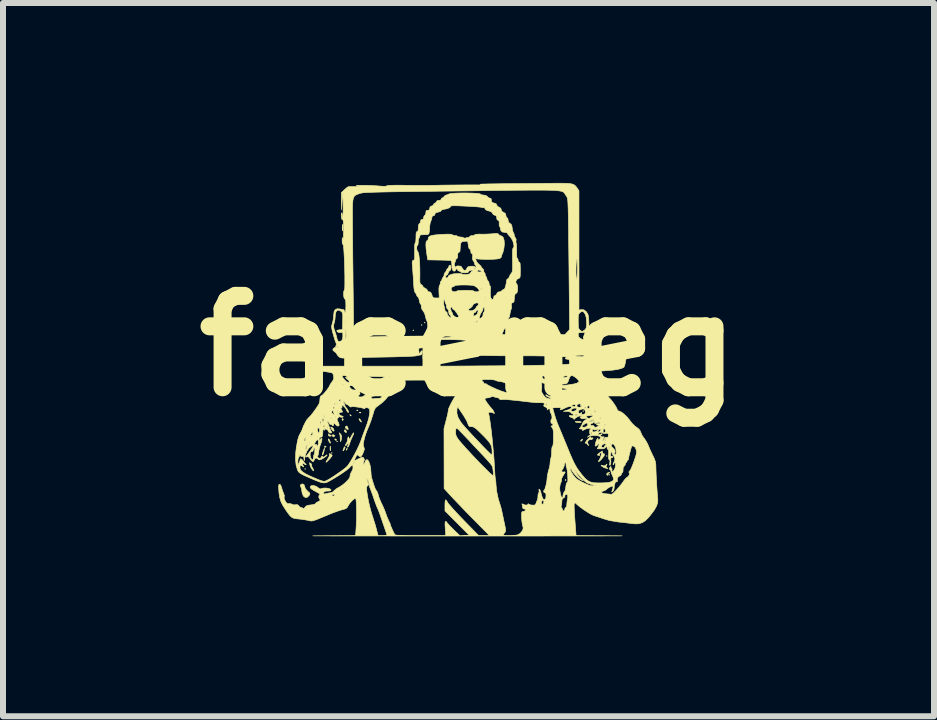
<source format=kicad_pcb>
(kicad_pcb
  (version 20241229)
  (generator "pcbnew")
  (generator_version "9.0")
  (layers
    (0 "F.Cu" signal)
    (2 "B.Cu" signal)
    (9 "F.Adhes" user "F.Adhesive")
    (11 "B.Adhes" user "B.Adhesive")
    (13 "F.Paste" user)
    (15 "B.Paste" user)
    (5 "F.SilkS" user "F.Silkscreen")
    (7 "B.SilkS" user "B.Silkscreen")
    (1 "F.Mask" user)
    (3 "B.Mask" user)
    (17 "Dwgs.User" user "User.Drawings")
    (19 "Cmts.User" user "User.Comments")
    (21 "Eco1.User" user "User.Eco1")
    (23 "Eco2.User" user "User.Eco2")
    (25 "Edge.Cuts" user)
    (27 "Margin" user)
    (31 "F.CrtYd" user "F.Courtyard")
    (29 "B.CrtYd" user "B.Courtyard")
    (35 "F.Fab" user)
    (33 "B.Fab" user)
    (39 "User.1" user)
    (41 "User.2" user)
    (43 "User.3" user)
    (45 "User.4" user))
  (footprint "faceneg"
    (layer "F.Cu")
    (at 4.761 2.717)
    (property "Reference" "faceneg" (at 0 0 0) (layer "F.SilkS") (effects (font (size 1.524 1.524) (thickness 0.3))))
    (attr through_hole)
    (fp_poly (pts (xy -2.718 2.051) (xy -2.724 2.057) (xy -2.731 2.051) (xy -2.724 2.045) (xy -2.718 2.051)) (stroke (width 0.01) (type solid)) (fill yes) (layer "F.SilkS"))
    (fp_poly (pts (xy -2.616 1.492) (xy -2.623 1.499) (xy -2.629 1.492) (xy -2.623 1.486) (xy -2.616 1.492)) (stroke (width 0.01) (type solid)) (fill yes) (layer "F.SilkS"))
    (fp_poly (pts (xy -2.273 1.784) (xy -2.28 1.791) (xy -2.286 1.784) (xy -2.28 1.778) (xy -2.273 1.784)) (stroke (width 0.01) (type solid)) (fill yes) (layer "F.SilkS"))
    (fp_poly (pts (xy -2.184 1.594) (xy -2.191 1.6) (xy -2.197 1.594) (xy -2.191 1.587) (xy -2.184 1.594)) (stroke (width 0.01) (type solid)) (fill yes) (layer "F.SilkS"))
    (fp_poly (pts (xy -1.118 -0.171) (xy -1.124 -0.165) (xy -1.13 -0.171) (xy -1.124 -0.178) (xy -1.118 -0.171)) (stroke (width 0.01) (type solid)) (fill yes) (layer "F.SilkS"))
    (fp_poly (pts (xy -1.105 -0.197) (xy -1.111 -0.191) (xy -1.118 -0.197) (xy -1.111 -0.203) (xy -1.105 -0.197)) (stroke (width 0.01) (type solid)) (fill yes) (layer "F.SilkS"))
    (fp_poly (pts (xy -0.914 -0.26) (xy -0.921 -0.254) (xy -0.927 -0.26) (xy -0.921 -0.267) (xy -0.914 -0.26)) (stroke (width 0.01) (type solid)) (fill yes) (layer "F.SilkS"))
    (fp_poly (pts (xy -0.775 -0.349) (xy -0.781 -0.343) (xy -0.787 -0.349) (xy -0.781 -0.356) (xy -0.775 -0.349)) (stroke (width 0.01) (type solid)) (fill yes) (layer "F.SilkS"))
    (fp_poly (pts (xy -0.724 -0.387) (xy -0.73 -0.381) (xy -0.737 -0.387) (xy -0.73 -0.394) (xy -0.724 -0.387)) (stroke (width 0.01) (type solid)) (fill yes) (layer "F.SilkS"))
    (fp_poly (pts (xy -0.699 -0.184) (xy -0.705 -0.178) (xy -0.711 -0.184) (xy -0.705 -0.191) (xy -0.699 -0.184)) (stroke (width 0.01) (type solid)) (fill yes) (layer "F.SilkS"))
    (fp_poly (pts (xy 1.918 1.086) (xy 1.911 1.092) (xy 1.905 1.086) (xy 1.911 1.079) (xy 1.918 1.086)) (stroke (width 0.01) (type solid)) (fill yes) (layer "F.SilkS"))
    (fp_poly (pts (xy 1.93 1.314) (xy 1.924 1.321) (xy 1.918 1.314) (xy 1.924 1.308) (xy 1.93 1.314)) (stroke (width 0.01) (type solid)) (fill yes) (layer "F.SilkS"))
    (fp_poly (pts (xy 2.311 1.835) (xy 2.305 1.841) (xy 2.299 1.835) (xy 2.305 1.829) (xy 2.311 1.835)) (stroke (width 0.01) (type solid)) (fill yes) (layer "F.SilkS"))
    (fp_poly (pts (xy -1.846 1.071) (xy -1.847 1.079) (xy -1.854 1.079) (xy -1.865 1.075) (xy -1.863 1.071) (xy -1.848 1.07) (xy -1.846 1.071)) (stroke (width 0.01) (type solid)) (fill yes) (layer "F.SilkS"))
    (fp_poly (pts (xy -1.794 1.11) (xy -1.798 1.116) (xy -1.811 1.117) (xy -1.824 1.113) (xy -1.818 1.109) (xy -1.799 1.107) (xy -1.794 1.11)) (stroke (width 0.01) (type solid)) (fill yes) (layer "F.SilkS"))
    (fp_poly (pts (xy 1.621 2.227) (xy 1.623 2.242) (xy 1.621 2.244) (xy 1.614 2.242) (xy 1.613 2.235) (xy 1.618 2.225) (xy 1.621 2.227)) (stroke (width 0.01) (type solid)) (fill yes) (layer "F.SilkS"))
    (fp_poly (pts (xy 2.345 2.138) (xy 2.347 2.153) (xy 2.345 2.155) (xy 2.338 2.153) (xy 2.337 2.146) (xy 2.341 2.136) (xy 2.345 2.138)) (stroke (width 0.01) (type solid)) (fill yes) (layer "F.SilkS"))
    (fp_poly (pts (xy -2.095 1.213) (xy -2.088 1.228) (xy -2.09 1.233) (xy -2.102 1.244) (xy -2.108 1.231) (xy -2.108 1.225) (xy -2.102 1.212) (xy -2.095 1.213)) (stroke (width 0.01) (type solid)) (fill yes) (layer "F.SilkS"))
    (fp_poly (pts (xy -2.023 1.721) (xy -2.03 1.731) (xy -2.041 1.739) (xy -2.038 1.726) (xy -2.038 1.723) (xy -2.027 1.708) (xy -2.022 1.708) (xy -2.023 1.721)) (stroke (width 0.01) (type solid)) (fill yes) (layer "F.SilkS"))
    (fp_poly (pts (xy -1.97 1.148) (xy -1.957 1.16) (xy -1.956 1.163) (xy -1.962 1.168) (xy -1.974 1.156) (xy -1.976 1.154) (xy -1.978 1.145) (xy -1.97 1.148)) (stroke (width 0.01) (type solid)) (fill yes) (layer "F.SilkS"))
    (fp_poly (pts (xy -2.388 1.67) (xy -2.375 1.681) (xy -2.375 1.683) (xy -2.385 1.689) (xy -2.388 1.689) (xy -2.4 1.679) (xy -2.4 1.676) (xy -2.393 1.668) (xy -2.388 1.67)) (stroke (width 0.01) (type solid)) (fill yes) (layer "F.SilkS"))
    (fp_poly (pts (xy -2.302 1.68) (xy -2.3 1.717) (xy -2.302 1.743) (xy -2.305 1.748) (xy -2.307 1.732) (xy -2.308 1.708) (xy -2.307 1.679) (xy -2.305 1.671) (xy -2.302 1.68)) (stroke (width 0.01) (type solid)) (fill yes) (layer "F.SilkS"))
    (fp_poly (pts (xy -2.206 1.559) (xy -2.203 1.562) (xy -2.204 1.574) (xy -2.208 1.575) (xy -2.226 1.566) (xy -2.229 1.562) (xy -2.228 1.55) (xy -2.224 1.549) (xy -2.206 1.559)) (stroke (width 0.01) (type solid)) (fill yes) (layer "F.SilkS"))
    (fp_poly (pts (xy 1.899 1.563) (xy 1.898 1.567) (xy 1.886 1.582) (xy 1.873 1.589) (xy 1.867 1.583) (xy 1.875 1.572) (xy 1.886 1.562) (xy 1.9 1.553) (xy 1.899 1.563)) (stroke (width 0.01) (type solid)) (fill yes) (layer "F.SilkS"))
    (fp_poly (pts (xy -2.243 1.485) (xy -2.228 1.494) (xy -2.235 1.506) (xy -2.239 1.509) (xy -2.256 1.517) (xy -2.266 1.504) (xy -2.266 1.503) (xy -2.271 1.483) (xy -2.26 1.48) (xy -2.243 1.485)) (stroke (width 0.01) (type solid)) (fill yes) (layer "F.SilkS"))
    (fp_poly (pts (xy -2.057 1.69) (xy -2.065 1.715) (xy -2.077 1.734) (xy -2.091 1.75) (xy -2.093 1.745) (xy -2.088 1.727) (xy -2.078 1.699) (xy -2.067 1.682) (xy -2.059 1.681) (xy -2.057 1.69)) (stroke (width 0.01) (type solid)) (fill yes) (layer "F.SilkS"))
    (fp_poly (pts (xy -2.032 0.529) (xy -2.013 0.546) (xy -1.997 0.566) (xy -2 0.57) (xy -2.019 0.558) (xy -2.034 0.547) (xy -2.05 0.529) (xy -2.051 0.521) (xy -2.05 0.521) (xy -2.032 0.529)) (stroke (width 0.01) (type solid)) (fill yes) (layer "F.SilkS"))
    (fp_poly (pts (xy -1.808 1.225) (xy -1.798 1.238) (xy -1.787 1.26) (xy -1.787 1.27) (xy -1.787 1.27) (xy -1.801 1.26) (xy -1.814 1.243) (xy -1.826 1.219) (xy -1.823 1.212) (xy -1.808 1.225)) (stroke (width 0.01) (type solid)) (fill yes) (layer "F.SilkS"))
    (fp_poly (pts (xy -1.616 0.563) (xy -1.616 0.564) (xy -1.606 0.59) (xy -1.609 0.595) (xy -1.625 0.579) (xy -1.625 0.578) (xy -1.636 0.556) (xy -1.636 0.545) (xy -1.628 0.544) (xy -1.616 0.563)) (stroke (width 0.01) (type solid)) (fill yes) (layer "F.SilkS"))
    (fp_poly (pts (xy -2.407 1.746) (xy -2.414 1.776) (xy -2.423 1.802) (xy -2.432 1.817) (xy -2.438 1.817) (xy -2.438 1.809) (xy -2.434 1.791) (xy -2.423 1.759) (xy -2.419 1.746) (xy -2.399 1.695) (xy -2.407 1.746)) (stroke (width 0.01) (type solid)) (fill yes) (layer "F.SilkS"))
    (fp_poly (pts (xy -2.328 1.47) (xy -2.312 1.485) (xy -2.304 1.486) (xy -2.288 1.492) (xy -2.286 1.496) (xy -2.297 1.504) (xy -2.311 1.506) (xy -2.332 1.497) (xy -2.336 1.48) (xy -2.333 1.466) (xy -2.328 1.47)) (stroke (width 0.01) (type solid)) (fill yes) (layer "F.SilkS"))
    (fp_poly (pts (xy -2.324 1.56) (xy -2.311 1.583) (xy -2.303 1.608) (xy -2.303 1.622) (xy -2.312 1.616) (xy -2.326 1.593) (xy -2.328 1.588) (xy -2.338 1.563) (xy -2.337 1.55) (xy -2.336 1.549) (xy -2.324 1.56)) (stroke (width 0.01) (type solid)) (fill yes) (layer "F.SilkS"))
    (fp_poly (pts (xy -2.277 1.357) (xy -2.275 1.358) (xy -2.257 1.374) (xy -2.245 1.396) (xy -2.241 1.415) (xy -2.248 1.422) (xy -2.263 1.413) (xy -2.279 1.394) (xy -2.296 1.365) (xy -2.295 1.352) (xy -2.277 1.357)) (stroke (width 0.01) (type solid)) (fill yes) (layer "F.SilkS"))
    (fp_poly (pts (xy -2.047 1.406) (xy -2.036 1.425) (xy -2.034 1.44) (xy -2.035 1.442) (xy -2.048 1.441) (xy -2.054 1.439) (xy -2.067 1.426) (xy -2.07 1.408) (xy -2.061 1.397) (xy -2.059 1.397) (xy -2.047 1.406)) (stroke (width 0.01) (type solid)) (fill yes) (layer "F.SilkS"))
    (fp_poly (pts (xy -2.019 1.346) (xy -2.01 1.368) (xy -2.006 1.389) (xy -2.011 1.397) (xy -2.022 1.39) (xy -2.039 1.379) (xy -2.055 1.362) (xy -2.051 1.348) (xy -2.047 1.344) (xy -2.032 1.334) (xy -2.019 1.346)) (stroke (width 0.01) (type solid)) (fill yes) (layer "F.SilkS"))
    (fp_poly (pts (xy 1.854 1.26) (xy 1.876 1.266) (xy 1.88 1.269) (xy 1.869 1.277) (xy 1.842 1.279) (xy 1.809 1.275) (xy 1.781 1.268) (xy 1.778 1.263) (xy 1.798 1.259) (xy 1.819 1.258) (xy 1.854 1.26)) (stroke (width 0.01) (type solid)) (fill yes) (layer "F.SilkS"))
    (fp_poly (pts (xy -2.1 -2.021) (xy -2.099 -2.016) (xy -2.097 -1.971) (xy -2.099 -1.928) (xy -2.099 -1.927) (xy -2.101 -1.918) (xy -2.103 -1.932) (xy -2.104 -1.965) (xy -2.104 -1.975) (xy -2.103 -2.011) (xy -2.102 -2.027) (xy -2.1 -2.021)) (stroke (width 0.01) (type solid)) (fill yes) (layer "F.SilkS"))
    (fp_poly (pts (xy 2.354 2.113) (xy 2.339 2.122) (xy 2.32 2.135) (xy 2.318 2.146) (xy 2.321 2.158) (xy 2.319 2.159) (xy 2.308 2.15) (xy 2.304 2.145) (xy 2.305 2.128) (xy 2.324 2.114) (xy 2.349 2.109) (xy 2.354 2.113)) (stroke (width 0.01) (type solid)) (fill yes) (layer "F.SilkS"))
    (fp_poly (pts (xy -2.153 1.45) (xy -2.136 1.467) (xy -2.121 1.488) (xy -2.116 1.515) (xy -2.119 1.549) (xy -2.126 1.58) (xy -2.132 1.595) (xy -2.135 1.594) (xy -2.139 1.573) (xy -2.139 1.541) (xy -2.139 1.537) (xy -2.141 1.499) (xy -2.149 1.468) (xy -2.149 1.467) (xy -2.157 1.45) (xy -2.153 1.45)) (stroke (width 0.01) (type solid)) (fill yes) (layer "F.SilkS"))
    (fp_poly (pts (xy -2.311 1.797) (xy -2.301 1.802) (xy -2.28 1.818) (xy -2.273 1.828) (xy -2.281 1.842) (xy -2.303 1.869) (xy -2.331 1.901) (xy -2.361 1.93) (xy -2.375 1.941) (xy -2.374 1.932) (xy -2.374 1.93) (xy -2.355 1.896) (xy -2.335 1.865) (xy -2.32 1.833) (xy -2.32 1.809) (xy -2.323 1.795) (xy -2.311 1.797)) (stroke (width 0.01) (type solid)) (fill yes) (layer "F.SilkS"))
    (fp_poly (pts (xy -2.642 1.949) (xy -2.642 1.954) (xy -2.634 1.964) (xy -2.629 1.962) (xy -2.619 1.967) (xy -2.616 1.986) (xy -2.612 2.013) (xy -2.605 2.025) (xy -2.596 2.038) (xy -2.587 2.059) (xy -2.582 2.078) (xy -2.584 2.083) (xy -2.594 2.075) (xy -2.608 2.059) (xy -2.624 2.034) (xy -2.639 2.002) (xy -2.648 1.97) (xy -2.649 1.948) (xy -2.648 1.945) (xy -2.642 1.949)) (stroke (width 0.01) (type solid)) (fill yes) (layer "F.SilkS"))
    (fp_poly (pts (xy 2.309 1.973) (xy 2.3 1.99) (xy 2.293 2.013) (xy 2.303 2.028) (xy 2.308 2.031) (xy 2.322 2.041) (xy 2.316 2.045) (xy 2.297 2.041) (xy 2.27 2.032) (xy 2.251 2.024) (xy 2.224 2.007) (xy 2.21 1.994) (xy 2.21 1.992) (xy 2.219 1.988) (xy 2.236 1.994) (xy 2.261 2.001) (xy 2.284 1.989) (xy 2.289 1.985) (xy 2.307 1.97) (xy 2.309 1.973)) (stroke (width 0.01) (type solid)) (fill yes) (layer "F.SilkS"))
    (fp_poly (pts (xy -2.765 2.301) (xy -2.743 2.312) (xy -2.733 2.34) (xy -2.733 2.343) (xy -2.716 2.385) (xy -2.683 2.421) (xy -2.655 2.445) (xy -2.645 2.461) (xy -2.648 2.477) (xy -2.658 2.494) (xy -2.688 2.523) (xy -2.719 2.528) (xy -2.748 2.509) (xy -2.763 2.483) (xy -2.776 2.443) (xy -2.781 2.405) (xy -2.781 2.403) (xy -2.786 2.372) (xy -2.796 2.353) (xy -2.805 2.33) (xy -2.796 2.31) (xy -2.772 2.301) (xy -2.765 2.301)) (stroke (width 0.01) (type solid)) (fill yes) (layer "F.SilkS"))
    (fp_poly (pts (xy 2.042 1.516) (xy 2.038 1.524) (xy 2.036 1.535) (xy 2.054 1.534) (xy 2.074 1.533) (xy 2.074 1.544) (xy 2.055 1.561) (xy 2.021 1.564) (xy 2.017 1.564) (xy 2.003 1.572) (xy 1.993 1.582) (xy 1.984 1.604) (xy 1.992 1.632) (xy 2.001 1.658) (xy 1.997 1.662) (xy 1.984 1.643) (xy 1.981 1.638) (xy 1.966 1.621) (xy 1.955 1.62) (xy 1.944 1.623) (xy 1.948 1.61) (xy 1.966 1.583) (xy 1.976 1.57) (xy 2 1.544) (xy 2.022 1.525) (xy 2.038 1.514) (xy 2.042 1.516)) (stroke (width 0.01) (type solid)) (fill yes) (layer "F.SilkS"))
    (fp_poly (pts (xy 2.237 1.787) (xy 2.243 1.806) (xy 2.246 1.805) (xy 2.246 1.804) (xy 2.252 1.793) (xy 2.263 1.8) (xy 2.267 1.814) (xy 2.257 1.837) (xy 2.23 1.873) (xy 2.23 1.873) (xy 2.202 1.904) (xy 2.18 1.924) (xy 2.167 1.93) (xy 2.166 1.922) (xy 2.181 1.897) (xy 2.182 1.895) (xy 2.197 1.867) (xy 2.208 1.834) (xy 2.215 1.802) (xy 2.214 1.782) (xy 2.209 1.778) (xy 2.194 1.787) (xy 2.185 1.796) (xy 2.177 1.812) (xy 2.187 1.82) (xy 2.19 1.824) (xy 2.175 1.825) (xy 2.152 1.821) (xy 2.15 1.812) (xy 2.168 1.795) (xy 2.188 1.781) (xy 2.229 1.752) (xy 2.237 1.787)) (stroke (width 0.01) (type solid)) (fill yes) (layer "F.SilkS"))
    (fp_poly (pts (xy -1.914 1.458) (xy -1.923 1.484) (xy -1.934 1.508) (xy -1.956 1.555) (xy -1.975 1.604) (xy -1.98 1.622) (xy -1.991 1.653) (xy -2.003 1.677) (xy -2.014 1.69) (xy -2.019 1.685) (xy -2.019 1.683) (xy -2.014 1.666) (xy -2.006 1.65) (xy -2.001 1.63) (xy -2.009 1.626) (xy -2.024 1.638) (xy -2.03 1.648) (xy -2.044 1.662) (xy -2.052 1.66) (xy -2.052 1.645) (xy -2.04 1.628) (xy -2.024 1.599) (xy -2.019 1.578) (xy -2.015 1.544) (xy -2.01 1.528) (xy -2.003 1.514) (xy -1.997 1.523) (xy -1.994 1.537) (xy -1.989 1.553) (xy -1.982 1.554) (xy -1.971 1.536) (xy -1.956 1.508) (xy -1.937 1.474) (xy -1.921 1.452) (xy -1.915 1.448) (xy -1.914 1.458)) (stroke (width 0.01) (type solid)) (fill yes) (layer "F.SilkS"))
    (fp_poly (pts (xy 1.628 -2.711) (xy 1.684 -2.707) (xy 1.725 -2.7) (xy 1.756 -2.688) (xy 1.78 -2.671) (xy 1.8 -2.648) (xy 1.813 -2.63) (xy 1.841 -2.587) (xy 1.841 -0.598) (xy 1.88 -0.605) (xy 1.922 -0.602) (xy 1.96 -0.574) (xy 1.989 -0.531) (xy 1.997 -0.502) (xy 2.003 -0.455) (xy 2.006 -0.396) (xy 2.008 -0.332) (xy 2.007 -0.27) (xy 2.003 -0.217) (xy 1.997 -0.18) (xy 1.995 -0.174) (xy 1.982 -0.127) (xy 1.983 -0.089) (xy 2.003 -0.058) (xy 2.042 -0.031) (xy 2.103 -0.006) (xy 2.141 0.006) (xy 2.21 0.027) (xy 2.288 0.052) (xy 2.359 0.074) (xy 2.369 0.077) (xy 2.426 0.095) (xy 2.482 0.111) (xy 2.526 0.125) (xy 2.537 0.128) (xy 2.585 0.143) (xy 2.612 0.159) (xy 2.624 0.182) (xy 2.624 0.219) (xy 2.618 0.26) (xy 2.609 0.305) (xy 2.598 0.34) (xy 2.588 0.358) (xy 2.588 0.358) (xy 2.543 0.378) (xy 2.474 0.394) (xy 2.385 0.406) (xy 2.276 0.414) (xy 2.271 0.415) (xy 2.197 0.419) (xy 2.146 0.423) (xy 2.114 0.428) (xy 2.098 0.435) (xy 2.095 0.44) (xy 2.103 0.458) (xy 2.122 0.489) (xy 2.149 0.529) (xy 2.155 0.537) (xy 2.187 0.586) (xy 2.224 0.647) (xy 2.258 0.71) (xy 2.268 0.731) (xy 2.293 0.782) (xy 2.317 0.826) (xy 2.337 0.856) (xy 2.344 0.864) (xy 2.369 0.889) (xy 2.398 0.926) (xy 2.428 0.967) (xy 2.454 1.007) (xy 2.472 1.04) (xy 2.477 1.056) (xy 2.488 1.078) (xy 2.511 1.087) (xy 2.549 1.103) (xy 2.593 1.136) (xy 2.64 1.181) (xy 2.682 1.232) (xy 2.697 1.253) (xy 2.732 1.296) (xy 2.775 1.337) (xy 2.797 1.353) (xy 2.838 1.384) (xy 2.862 1.416) (xy 2.872 1.441) (xy 2.89 1.483) (xy 2.918 1.527) (xy 2.93 1.542) (xy 2.959 1.585) (xy 2.987 1.636) (xy 2.997 1.659) (xy 3.015 1.703) (xy 3.04 1.759) (xy 3.067 1.816) (xy 3.073 1.828) (xy 3.1 1.885) (xy 3.115 1.929) (xy 3.122 1.969) (xy 3.123 1.996) (xy 3.124 2.037) (xy 3.126 2.096) (xy 3.129 2.169) (xy 3.134 2.249) (xy 3.138 2.33) (xy 3.143 2.407) (xy 3.148 2.474) (xy 3.152 2.526) (xy 3.155 2.551) (xy 3.154 2.606) (xy 3.137 2.664) (xy 3.101 2.73) (xy 3.063 2.783) (xy 3.004 2.857) (xy 2.952 2.91) (xy 2.901 2.944) (xy 2.847 2.963) (xy 2.786 2.967) (xy 2.716 2.961) (xy 2.651 2.952) (xy 2.576 2.943) (xy 2.503 2.936) (xy 2.489 2.934) (xy 2.35 2.911) (xy 2.254 2.883) (xy 2.196 2.863) (xy 2.138 2.844) (xy 2.092 2.829) (xy 2.079 2.824) (xy 2.048 2.81) (xy 2.004 2.785) (xy 1.953 2.752) (xy 1.9 2.716) (xy 1.852 2.68) (xy 1.813 2.648) (xy 1.789 2.625) (xy 1.788 2.623) (xy 1.774 2.617) (xy 1.767 2.623) (xy 1.763 2.632) (xy 1.761 2.652) (xy 1.761 2.685) (xy 1.763 2.733) (xy 1.766 2.799) (xy 1.772 2.884) (xy 1.78 2.991) (xy 1.786 3.07) (xy 1.793 3.162) (xy 2.487 3.165) (xy 2.535 3.166) (xy 2.559 3.166) (xy 2.559 3.166) (xy 2.536 3.167) (xy 2.49 3.167) (xy 2.423 3.167) (xy 2.335 3.167) (xy 2.228 3.168) (xy 2.101 3.168) (xy 1.956 3.168) (xy 1.793 3.168) (xy 1.614 3.168) (xy 1.418 3.168) (xy 1.207 3.169) (xy 0.982 3.169) (xy 0.743 3.169) (xy 0.492 3.169) (xy 0.228 3.169) (xy 0 3.169) (xy -0.274 3.169) (xy -0.537 3.169) (xy -0.787 3.169) (xy -1.025 3.169) (xy -1.25 3.169) (xy -1.46 3.168) (xy -1.655 3.168) (xy -1.834 3.168) (xy -1.996 3.168) (xy -2.141 3.168) (xy -2.267 3.168) (xy -2.374 3.167) (xy -2.461 3.167) (xy -2.528 3.167) (xy -2.573 3.167) (xy -2.595 3.166) (xy -2.594 3.166) (xy -2.57 3.166) (xy -2.532 3.165) (xy -1.883 3.162) (xy -1.875 3.045) (xy -1.871 2.974) (xy -1.868 2.898) (xy -1.867 2.82) (xy -1.867 2.744) (xy -1.869 2.674) (xy -1.871 2.615) (xy -1.875 2.571) (xy -1.88 2.545) (xy -1.884 2.541) (xy -1.908 2.551) (xy -1.939 2.577) (xy -1.971 2.612) (xy -1.998 2.651) (xy -2.004 2.662) (xy -2.021 2.692) (xy -2.041 2.71) (xy -2.071 2.722) (xy -2.104 2.73) (xy -2.148 2.743) (xy -2.206 2.763) (xy -2.269 2.786) (xy -2.305 2.801) (xy -2.396 2.839) (xy -2.467 2.868) (xy -2.52 2.89) (xy -2.56 2.905) (xy -2.59 2.914) (xy -2.612 2.918) (xy -2.63 2.918) (xy -2.647 2.915) (xy -2.667 2.911) (xy -2.672 2.909) (xy -2.719 2.9) (xy -2.777 2.891) (xy -2.834 2.885) (xy -2.881 2.88) (xy -2.917 2.872) (xy -2.946 2.858) (xy -2.973 2.835) (xy -3.003 2.798) (xy -3.04 2.745) (xy -3.059 2.717) (xy -3.101 2.65) (xy -3.13 2.589) (xy -3.148 2.525) (xy -3.16 2.451) (xy -3.165 2.375) (xy -3.166 2.333) (xy -3.161 2.312) (xy -3.151 2.305) (xy -3.15 2.305) (xy -3.134 2.317) (xy -3.119 2.352) (xy -3.116 2.363) (xy -3.103 2.408) (xy -3.087 2.449) (xy -3.082 2.459) (xy -3.071 2.493) (xy -3.073 2.515) (xy -3.075 2.538) (xy -3.064 2.57) (xy -3.046 2.602) (xy -3.025 2.625) (xy -3.013 2.63) (xy -2.984 2.63) (xy -2.974 2.63) (xy -2.95 2.635) (xy -2.94 2.642) (xy -2.913 2.65) (xy -2.884 2.648) (xy -2.853 2.646) (xy -2.834 2.66) (xy -2.83 2.666) (xy -2.809 2.687) (xy -2.793 2.692) (xy -2.767 2.701) (xy -2.76 2.706) (xy -2.745 2.711) (xy -2.728 2.693) (xy -2.725 2.689) (xy -2.708 2.67) (xy -2.682 2.658) (xy -2.641 2.652) (xy -2.632 2.651) (xy -2.592 2.646) (xy -2.564 2.638) (xy -2.555 2.631) (xy -2.542 2.616) (xy -2.514 2.599) (xy -2.507 2.596) (xy -2.479 2.581) (xy -2.472 2.57) (xy -2.48 2.556) (xy -2.484 2.552) (xy -2.496 2.527) (xy -2.495 2.499) (xy -2.486 2.484) (xy -2.278 2.484) (xy -2.274 2.497) (xy -2.257 2.502) (xy -2.237 2.498) (xy -2.23 2.491) (xy -2.234 2.479) (xy -2.247 2.473) (xy -2.271 2.475) (xy -2.278 2.484) (xy -2.486 2.484) (xy -2.483 2.48) (xy -2.472 2.476) (xy -2.474 2.471) (xy -2.494 2.458) (xy -2.522 2.442) (xy -2.578 2.411) (xy -2.614 2.388) (xy -2.633 2.371) (xy -2.64 2.357) (xy -2.637 2.344) (xy -2.62 2.329) (xy -2.588 2.327) (xy -2.551 2.336) (xy -2.516 2.356) (xy -2.506 2.364) (xy -2.482 2.382) (xy -2.461 2.383) (xy -2.448 2.377) (xy -2.419 2.37) (xy -2.38 2.369) (xy -2.341 2.374) (xy -2.31 2.384) (xy -2.293 2.397) (xy -2.292 2.4) (xy -2.3 2.413) (xy -2.327 2.419) (xy -2.348 2.419) (xy -2.385 2.422) (xy -2.405 2.431) (xy -2.414 2.446) (xy -2.418 2.463) (xy -2.412 2.468) (xy -2.389 2.465) (xy -2.371 2.461) (xy -2.331 2.452) (xy -2.298 2.447) (xy -2.292 2.446) (xy -2.266 2.436) (xy -2.243 2.416) (xy -2.24 2.412) (xy -2.13 2.412) (xy -2.129 2.413) (xy -2.117 2.404) (xy -2.115 2.4) (xy -2.111 2.388) (xy -2.113 2.388) (xy -2.125 2.397) (xy -2.127 2.4) (xy -2.13 2.412) (xy -2.24 2.412) (xy -2.218 2.393) (xy -2.201 2.381) (xy -2.095 2.381) (xy -2.089 2.388) (xy -2.087 2.385) (xy -1.7 2.385) (xy -1.695 2.43) (xy -1.685 2.493) (xy -1.677 2.54) (xy -1.661 2.62) (xy -1.643 2.694) (xy -1.622 2.772) (xy -1.594 2.861) (xy -1.577 2.915) (xy -1.559 2.97) (xy -1.541 3.034) (xy -1.53 3.077) (xy -1.508 3.162) (xy -1.434 3.162) (xy -1.394 3.161) (xy -1.367 3.159) (xy -1.359 3.157) (xy -1.363 3.143) (xy -1.373 3.111) (xy -1.389 3.065) (xy -1.404 3.02) (xy -1.426 2.957) (xy -1.448 2.892) (xy -1.467 2.837) (xy -1.475 2.813) (xy -1.492 2.767) (xy -1.508 2.726) (xy -1.518 2.704) (xy -1.529 2.68) (xy -1.545 2.637) (xy -1.565 2.583) (xy -1.582 2.533) (xy -1.601 2.477) (xy -1.619 2.429) (xy -1.632 2.395) (xy -1.638 2.381) (xy -1.646 2.362) (xy -1.653 2.327) (xy -1.656 2.31) (xy -1.665 2.269) (xy -1.678 2.236) (xy -1.683 2.227) (xy -1.695 2.213) (xy -1.696 2.219) (xy -1.69 2.242) (xy -1.679 2.276) (xy -1.67 2.302) (xy -1.67 2.324) (xy -1.681 2.332) (xy -1.693 2.34) (xy -1.699 2.357) (xy -1.7 2.385) (xy -2.087 2.385) (xy -2.083 2.381) (xy -2.089 2.375) (xy -2.095 2.381) (xy -2.201 2.381) (xy -2.181 2.368) (xy -2.161 2.357) (xy -2.117 2.33) (xy -2.073 2.296) (xy -2.032 2.258) (xy -1.999 2.222) (xy -1.979 2.191) (xy -1.975 2.171) (xy -1.973 2.144) (xy -1.956 2.107) (xy -1.951 2.099) (xy -1.929 2.056) (xy -1.926 2.018) (xy -1.927 2.015) (xy -1.934 1.979) (xy -1.992 2.036) (xy -2.03 2.068) (xy -2.086 2.108) (xy -2.153 2.153) (xy -2.227 2.199) (xy -2.302 2.243) (xy -2.34 2.264) (xy -2.371 2.278) (xy -2.402 2.284) (xy -2.437 2.281) (xy -2.482 2.268) (xy -2.543 2.245) (xy -2.579 2.23) (xy -2.662 2.194) (xy -2.725 2.166) (xy -2.771 2.144) (xy -2.803 2.125) (xy -2.825 2.109) (xy -2.839 2.091) (xy -2.85 2.072) (xy -2.853 2.064) (xy -2.875 1.986) (xy -2.881 1.928) (xy -2.845 1.928) (xy -2.845 1.988) (xy -2.826 1.951) (xy -2.812 1.92) (xy -2.807 1.897) (xy -2.801 1.881) (xy -2.785 1.886) (xy -2.762 1.911) (xy -2.754 1.921) (xy -2.732 1.95) (xy -2.715 1.969) (xy -2.712 1.971) (xy -2.706 1.98) (xy -2.712 1.981) (xy -2.732 1.973) (xy -2.74 1.966) (xy -2.758 1.957) (xy -2.766 1.966) (xy -2.762 1.987) (xy -2.757 1.997) (xy -2.746 2.015) (xy -2.75 2.017) (xy -2.772 2.003) (xy -2.795 1.99) (xy -2.805 1.993) (xy -2.81 2.013) (xy -2.809 2.044) (xy -2.795 2.073) (xy -2.763 2.102) (xy -2.713 2.134) (xy -2.643 2.169) (xy -2.559 2.205) (xy -2.498 2.231) (xy -2.455 2.247) (xy -2.425 2.255) (xy -2.403 2.257) (xy -2.384 2.252) (xy -2.363 2.242) (xy -2.358 2.24) (xy -2.31 2.213) (xy -2.252 2.176) (xy -2.19 2.134) (xy -2.129 2.092) (xy -2.076 2.052) (xy -2.036 2.019) (xy -2.026 2.009) (xy -2.001 1.979) (xy -1.989 1.96) (xy -1.926 1.96) (xy -1.924 1.968) (xy -1.918 1.968) (xy -1.907 1.964) (xy -1.909 1.96) (xy -1.924 1.959) (xy -1.926 1.96) (xy -1.989 1.96) (xy -1.974 1.937) (xy -1.918 1.937) (xy -1.911 1.943) (xy -1.905 1.937) (xy -1.911 1.93) (xy -1.918 1.937) (xy -1.974 1.937) (xy -1.97 1.93) (xy -1.958 1.91) (xy -1.902 1.91) (xy -1.89 1.908) (xy -1.87 1.899) (xy -1.82 1.875) (xy -1.788 1.861) (xy -1.769 1.856) (xy -1.757 1.859) (xy -1.748 1.869) (xy -1.745 1.873) (xy -1.735 1.899) (xy -1.74 1.91) (xy -1.749 1.931) (xy -1.752 1.962) (xy -1.75 1.983) (xy -1.747 1.986) (xy -1.739 1.967) (xy -1.731 1.946) (xy -1.714 1.909) (xy -1.697 1.895) (xy -1.691 1.895) (xy -1.673 1.91) (xy -1.656 1.944) (xy -1.641 1.991) (xy -1.631 2.044) (xy -1.627 2.095) (xy -1.624 2.142) (xy -1.618 2.186) (xy -1.614 2.203) (xy -1.591 2.279) (xy -1.573 2.334) (xy -1.559 2.372) (xy -1.548 2.396) (xy -1.537 2.411) (xy -1.536 2.412) (xy -1.52 2.437) (xy -1.507 2.474) (xy -1.506 2.481) (xy -1.496 2.517) (xy -1.477 2.565) (xy -1.455 2.616) (xy -1.452 2.621) (xy -1.428 2.672) (xy -1.406 2.722) (xy -1.391 2.76) (xy -1.39 2.762) (xy -1.359 2.849) (xy -1.332 2.912) (xy -1.321 2.934) (xy -1.308 2.959) (xy -1.305 2.974) (xy -1.301 2.989) (xy -1.289 3.019) (xy -1.272 3.058) (xy -1.254 3.097) (xy -1.237 3.131) (xy -1.228 3.146) (xy -1.219 3.151) (xy -1.197 3.155) (xy -1.161 3.158) (xy -1.109 3.16) (xy -1.037 3.161) (xy -0.945 3.162) (xy -0.829 3.162) (xy -0.799 3.162) (xy -0.379 3.162) (xy -0.388 3.042) (xy -0.392 2.979) (xy -0.39 2.94) (xy -0.384 2.924) (xy -0.372 2.928) (xy -0.355 2.95) (xy -0.338 2.97) (xy -0.308 3.003) (xy -0.268 3.043) (xy -0.24 3.071) (xy -0.143 3.164) (xy 0.012 3.156) (xy -0.393 2.75) (xy -0.393 2.657) (xy -0.392 2.613) (xy -0.388 2.58) (xy -0.382 2.566) (xy -0.382 2.565) (xy -0.369 2.576) (xy -0.353 2.601) (xy -0.349 2.609) (xy -0.335 2.629) (xy -0.305 2.664) (xy -0.263 2.712) (xy -0.21 2.77) (xy -0.15 2.834) (xy -0.084 2.902) (xy -0.08 2.907) (xy 0.169 3.162) (xy 0.35 3.162) (xy 0.102 2.911) (xy 0.028 2.837) (xy -0.048 2.759) (xy -0.121 2.683) (xy -0.188 2.613) (xy -0.244 2.554) (xy -0.277 2.519) (xy -0.407 2.377) (xy -0.408 1.878) (xy -0.409 1.434) (xy -0.216 1.434) (xy -0.213 1.476) (xy -0.201 1.51) (xy -0.177 1.548) (xy -0.17 1.558) (xy -0.14 1.595) (xy -0.099 1.642) (xy -0.049 1.699) (xy 0.008 1.76) (xy 0.068 1.826) (xy 0.131 1.892) (xy 0.192 1.956) (xy 0.251 2.015) (xy 0.304 2.068) (xy 0.348 2.112) (xy 0.383 2.143) (xy 0.404 2.159) (xy 0.409 2.161) (xy 0.413 2.144) (xy 0.412 2.11) (xy 0.409 2.073) (xy 0.406 2.052) (xy 0.404 2.035) (xy 0.4 2.019) (xy 0.393 2.003) (xy 0.381 1.984) (xy 0.362 1.959) (xy 0.335 1.928) (xy 0.298 1.887) (xy 0.25 1.835) (xy 0.188 1.769) (xy 0.111 1.687) (xy 0.083 1.658) (xy 0.008 1.577) (xy -0.052 1.514) (xy -0.099 1.465) (xy -0.134 1.429) (xy -0.159 1.403) (xy -0.176 1.387) (xy -0.187 1.377) (xy -0.194 1.373) (xy -0.199 1.372) (xy -0.202 1.372) (xy -0.211 1.383) (xy -0.215 1.415) (xy -0.216 1.434) (xy -0.409 1.434) (xy -0.409 1.378) (xy -0.37 1.227) (xy -0.355 1.168) (xy -0.345 1.125) (xy -0.194 1.125) (xy -0.172 1.198) (xy -0.125 1.275) (xy -0.101 1.305) (xy -0.072 1.339) (xy -0.032 1.384) (xy 0.017 1.437) (xy 0.071 1.496) (xy 0.129 1.557) (xy 0.186 1.617) (xy 0.241 1.675) (xy 0.291 1.726) (xy 0.333 1.768) (xy 0.364 1.798) (xy 0.381 1.814) (xy 0.384 1.816) (xy 0.391 1.805) (xy 0.393 1.778) (xy 0.393 1.775) (xy 0.391 1.725) (xy 0.385 1.684) (xy 0.371 1.647) (xy 0.349 1.61) (xy 0.314 1.568) (xy 0.264 1.515) (xy 0.233 1.484) (xy 0.18 1.431) (xy 0.14 1.393) (xy 0.111 1.369) (xy 0.089 1.355) (xy 0.07 1.348) (xy 0.051 1.346) (xy 0.05 1.346) (xy 0.02 1.344) (xy 0.004 1.333) (xy -0.008 1.306) (xy -0.012 1.294) (xy -0.025 1.261) (xy -0.05 1.215) (xy -0.082 1.162) (xy -0.105 1.127) (xy -0.183 1.012) (xy -0.193 1.056) (xy -0.194 1.125) (xy -0.345 1.125) (xy -0.344 1.119) (xy -0.338 1.083) (xy -0.336 1.067) (xy -0.336 1.067) (xy -0.334 1.052) (xy -0.321 1.021) (xy -0.302 0.98) (xy -0.279 0.935) (xy -0.255 0.892) (xy -0.247 0.879) (xy 0.271 0.879) (xy 0.275 0.893) (xy 0.292 0.922) (xy 0.316 0.958) (xy 0.345 0.997) (xy 0.375 1.032) (xy 0.389 1.048) (xy 0.407 1.069) (xy 0.413 1.081) (xy 0.42 1.098) (xy 0.422 1.1) (xy 0.432 1.12) (xy 0.432 1.122) (xy 0.425 1.127) (xy 0.417 1.12) (xy 0.393 1.109) (xy 0.365 1.105) (xy 0.339 1.108) (xy 0.333 1.121) (xy 0.335 1.127) (xy 0.345 1.173) (xy 0.356 1.241) (xy 0.368 1.326) (xy 0.381 1.426) (xy 0.393 1.536) (xy 0.404 1.653) (xy 0.415 1.772) (xy 0.425 1.891) (xy 0.432 2.005) (xy 0.437 2.092) (xy 0.44 2.145) (xy 0.444 2.188) (xy 0.448 2.215) (xy 0.449 2.22) (xy 0.453 2.238) (xy 0.456 2.273) (xy 0.458 2.313) (xy 0.469 2.423) (xy 0.495 2.547) (xy 0.522 2.633) (xy 0.538 2.686) (xy 0.552 2.738) (xy 0.558 2.769) (xy 0.566 2.806) (xy 0.577 2.859) (xy 0.59 2.921) (xy 0.598 2.956) (xy 0.61 3.015) (xy 0.617 3.055) (xy 0.618 3.081) (xy 0.614 3.097) (xy 0.607 3.109) (xy 0.587 3.134) (xy 0.58 3.149) (xy 0.59 3.158) (xy 0.62 3.162) (xy 0.672 3.162) (xy 0.677 3.162) (xy 0.732 3.161) (xy 0.782 3.156) (xy 0.818 3.15) (xy 0.823 3.148) (xy 0.858 3.127) (xy 0.888 3.094) (xy 0.89 3.09) (xy 0.907 3.058) (xy 0.911 3.031) (xy 0.903 2.999) (xy 0.895 2.963) (xy 0.888 2.912) (xy 0.885 2.858) (xy 0.885 2.857) (xy 0.884 2.809) (xy 0.886 2.78) (xy 0.892 2.766) (xy 0.904 2.76) (xy 0.918 2.758) (xy 0.943 2.749) (xy 0.952 2.734) (xy 0.945 2.722) (xy 0.927 2.718) (xy 0.906 2.709) (xy 0.902 2.693) (xy 0.901 2.687) (xy 1.544 2.687) (xy 1.556 2.706) (xy 1.57 2.724) (xy 1.57 2.731) (xy 1.566 2.739) (xy 1.569 2.744) (xy 1.583 2.75) (xy 1.595 2.742) (xy 1.607 2.725) (xy 1.606 2.716) (xy 1.609 2.703) (xy 1.618 2.697) (xy 1.634 2.68) (xy 1.637 2.663) (xy 1.639 2.635) (xy 1.643 2.593) (xy 1.648 2.562) (xy 1.654 2.517) (xy 1.654 2.491) (xy 1.646 2.48) (xy 1.628 2.477) (xy 1.625 2.477) (xy 1.608 2.484) (xy 1.608 2.499) (xy 1.603 2.522) (xy 1.585 2.534) (xy 1.565 2.548) (xy 1.557 2.573) (xy 1.556 2.597) (xy 1.553 2.634) (xy 1.547 2.661) (xy 1.545 2.665) (xy 1.544 2.687) (xy 0.901 2.687) (xy 0.897 2.661) (xy 0.893 2.648) (xy 0.89 2.633) (xy 0.902 2.635) (xy 0.912 2.64) (xy 0.944 2.652) (xy 0.972 2.653) (xy 0.989 2.645) (xy 0.991 2.639) (xy 0.994 2.63) (xy 1.006 2.639) (xy 1.028 2.649) (xy 1.062 2.654) (xy 1.068 2.654) (xy 1.091 2.654) (xy 1.107 2.65) (xy 1.119 2.637) (xy 1.127 2.619) (xy 1.214 2.619) (xy 1.216 2.633) (xy 1.23 2.64) (xy 1.247 2.629) (xy 1.255 2.611) (xy 1.254 2.584) (xy 1.243 2.572) (xy 1.228 2.579) (xy 1.221 2.592) (xy 1.214 2.619) (xy 1.127 2.619) (xy 1.131 2.61) (xy 1.148 2.565) (xy 1.15 2.559) (xy 1.157 2.525) (xy 1.157 2.504) (xy 1.16 2.473) (xy 1.168 2.457) (xy 1.177 2.432) (xy 1.175 2.414) (xy 1.173 2.393) (xy 1.18 2.388) (xy 1.19 2.399) (xy 1.202 2.427) (xy 1.206 2.442) (xy 1.22 2.497) (xy 1.232 2.532) (xy 1.242 2.55) (xy 1.254 2.558) (xy 1.263 2.559) (xy 1.28 2.554) (xy 1.288 2.535) (xy 1.291 2.505) (xy 1.291 2.469) (xy 1.283 2.453) (xy 1.278 2.451) (xy 1.258 2.441) (xy 1.253 2.432) (xy 1.251 2.416) (xy 1.255 2.413) (xy 1.266 2.401) (xy 1.278 2.371) (xy 1.282 2.358) (xy 1.52 2.358) (xy 1.522 2.408) (xy 1.534 2.469) (xy 1.544 2.511) (xy 1.557 2.526) (xy 1.562 2.527) (xy 1.573 2.518) (xy 1.573 2.511) (xy 1.575 2.485) (xy 1.585 2.453) (xy 1.591 2.441) (xy 2.214 2.441) (xy 2.231 2.453) (xy 2.268 2.462) (xy 2.293 2.465) (xy 2.336 2.469) (xy 2.37 2.473) (xy 2.383 2.474) (xy 2.398 2.467) (xy 2.425 2.444) (xy 2.458 2.41) (xy 2.47 2.397) (xy 2.511 2.351) (xy 2.55 2.302) (xy 2.58 2.261) (xy 2.582 2.257) (xy 2.608 2.223) (xy 2.631 2.198) (xy 2.643 2.19) (xy 2.663 2.175) (xy 2.678 2.151) (xy 2.684 2.127) (xy 2.677 2.113) (xy 2.672 2.101) (xy 2.682 2.09) (xy 2.696 2.073) (xy 2.714 2.038) (xy 2.736 1.985) (xy 2.763 1.911) (xy 2.777 1.87) (xy 2.793 1.819) (xy 2.8 1.783) (xy 2.8 1.753) (xy 2.794 1.729) (xy 2.778 1.69) (xy 2.753 1.672) (xy 2.731 1.667) (xy 2.723 1.667) (xy 2.717 1.684) (xy 2.706 1.718) (xy 2.694 1.762) (xy 2.682 1.807) (xy 2.673 1.847) (xy 2.667 1.874) (xy 2.667 1.878) (xy 2.662 1.9) (xy 2.654 1.905) (xy 2.643 1.915) (xy 2.642 1.924) (xy 2.635 1.941) (xy 2.629 1.943) (xy 2.618 1.954) (xy 2.616 1.968) (xy 2.606 1.994) (xy 2.594 2.005) (xy 2.579 2.025) (xy 2.576 2.063) (xy 2.575 2.092) (xy 2.569 2.108) (xy 2.567 2.108) (xy 2.556 2.119) (xy 2.55 2.137) (xy 2.536 2.162) (xy 2.519 2.169) (xy 2.496 2.183) (xy 2.481 2.211) (xy 2.479 2.24) (xy 2.483 2.248) (xy 2.481 2.263) (xy 2.477 2.267) (xy 2.465 2.265) (xy 2.463 2.258) (xy 2.459 2.258) (xy 2.448 2.276) (xy 2.443 2.286) (xy 2.432 2.324) (xy 2.428 2.359) (xy 2.429 2.363) (xy 2.422 2.4) (xy 2.409 2.42) (xy 2.395 2.433) (xy 2.389 2.436) (xy 2.39 2.423) (xy 2.399 2.393) (xy 2.408 2.362) (xy 2.409 2.341) (xy 2.401 2.337) (xy 2.375 2.344) (xy 2.34 2.361) (xy 2.31 2.382) (xy 2.3 2.392) (xy 2.277 2.409) (xy 2.246 2.42) (xy 2.219 2.43) (xy 2.214 2.441) (xy 1.591 2.441) (xy 1.598 2.429) (xy 1.603 2.425) (xy 1.61 2.409) (xy 1.618 2.376) (xy 1.622 2.346) (xy 1.628 2.305) (xy 1.637 2.281) (xy 1.643 2.277) (xy 1.653 2.267) (xy 1.656 2.237) (xy 1.656 2.229) (xy 1.654 2.177) (xy 1.65 2.124) (xy 1.645 2.076) (xy 1.641 2.054) (xy 1.696 2.054) (xy 1.702 2.077) (xy 1.719 2.11) (xy 1.742 2.148) (xy 1.77 2.184) (xy 1.797 2.213) (xy 1.824 2.232) (xy 1.867 2.256) (xy 1.918 2.282) (xy 1.968 2.305) (xy 2.01 2.322) (xy 2.032 2.328) (xy 2.068 2.332) (xy 2.108 2.334) (xy 2.129 2.333) (xy 2.128 2.33) (xy 2.105 2.324) (xy 2.083 2.319) (xy 2.035 2.306) (xy 1.991 2.29) (xy 1.973 2.282) (xy 1.944 2.261) (xy 1.906 2.225) (xy 1.861 2.177) (xy 1.815 2.123) (xy 1.774 2.07) (xy 1.767 2.063) (xy 1.772 2.075) (xy 1.785 2.102) (xy 1.814 2.147) (xy 1.849 2.19) (xy 1.865 2.207) (xy 1.911 2.249) (xy 1.864 2.226) (xy 1.837 2.207) (xy 1.803 2.176) (xy 1.769 2.14) (xy 1.74 2.103) (xy 1.72 2.072) (xy 1.714 2.056) (xy 1.705 2.045) (xy 1.702 2.045) (xy 1.696 2.054) (xy 1.641 2.054) (xy 1.639 2.04) (xy 1.634 2.023) (xy 1.633 2.023) (xy 1.628 2.007) (xy 1.727 2.007) (xy 1.732 2.017) (xy 1.736 2.015) (xy 1.737 2) (xy 1.736 1.998) (xy 1.728 2) (xy 1.727 2.007) (xy 1.628 2.007) (xy 1.628 2.006) (xy 1.626 1.979) (xy 1.622 1.953) (xy 1.613 1.943) (xy 1.603 1.954) (xy 1.6 1.968) (xy 1.595 1.999) (xy 1.581 2.035) (xy 1.565 2.064) (xy 1.558 2.072) (xy 1.551 2.086) (xy 1.561 2.099) (xy 1.582 2.103) (xy 1.589 2.102) (xy 1.607 2.098) (xy 1.611 2.105) (xy 1.601 2.125) (xy 1.58 2.158) (xy 1.561 2.191) (xy 1.551 2.217) (xy 1.551 2.224) (xy 1.549 2.251) (xy 1.546 2.261) (xy 1.528 2.311) (xy 1.52 2.358) (xy 1.282 2.358) (xy 1.29 2.329) (xy 1.301 2.281) (xy 1.308 2.233) (xy 1.309 2.21) (xy 1.316 2.154) (xy 1.329 2.095) (xy 1.335 2.073) (xy 1.349 2.025) (xy 1.358 1.977) (xy 1.359 1.956) (xy 1.363 1.913) (xy 1.372 1.874) (xy 1.373 1.871) (xy 1.381 1.838) (xy 1.385 1.792) (xy 1.386 1.76) (xy 1.388 1.712) (xy 1.394 1.682) (xy 1.4 1.675) (xy 1.408 1.657) (xy 1.413 1.615) (xy 1.415 1.548) (xy 1.415 1.526) (xy 1.415 1.463) (xy 1.413 1.419) (xy 1.408 1.391) (xy 1.401 1.372) (xy 1.392 1.36) (xy 1.376 1.341) (xy 1.378 1.334) (xy 1.39 1.333) (xy 1.406 1.325) (xy 1.407 1.311) (xy 1.396 1.294) (xy 1.387 1.292) (xy 1.376 1.284) (xy 1.372 1.257) (xy 1.375 1.231) (xy 1.385 1.219) (xy 1.385 1.219) (xy 1.391 1.209) (xy 1.391 1.184) (xy 1.386 1.154) (xy 1.378 1.129) (xy 1.37 1.12) (xy 1.362 1.105) (xy 1.359 1.078) (xy 1.355 1.049) (xy 1.342 1.043) (xy 1.323 1.057) (xy 1.311 1.066) (xy 1.314 1.055) (xy 1.314 1.054) (xy 1.31 1.039) (xy 1.402 1.039) (xy 1.408 1.055) (xy 1.418 1.09) (xy 1.431 1.136) (xy 1.435 1.15) (xy 1.455 1.215) (xy 1.481 1.287) (xy 1.505 1.346) (xy 1.523 1.388) (xy 1.548 1.447) (xy 1.578 1.52) (xy 1.611 1.6) (xy 1.645 1.682) (xy 1.65 1.695) (xy 1.691 1.795) (xy 1.726 1.876) (xy 1.756 1.941) (xy 1.785 1.996) (xy 1.814 2.044) (xy 1.846 2.089) (xy 1.883 2.137) (xy 1.901 2.159) (xy 1.945 2.21) (xy 1.983 2.243) (xy 2.02 2.264) (xy 2.064 2.277) (xy 2.103 2.282) (xy 2.158 2.284) (xy 2.22 2.284) (xy 2.282 2.281) (xy 2.332 2.276) (xy 2.355 2.272) (xy 2.397 2.256) (xy 2.416 2.232) (xy 2.414 2.198) (xy 2.399 2.163) (xy 2.386 2.134) (xy 2.415 2.134) (xy 2.417 2.152) (xy 2.421 2.149) (xy 2.423 2.123) (xy 2.421 2.118) (xy 2.417 2.116) (xy 2.415 2.134) (xy 2.386 2.134) (xy 2.384 2.128) (xy 2.375 2.099) (xy 2.375 2.093) (xy 2.366 2.069) (xy 2.357 2.061) (xy 2.345 2.05) (xy 2.351 2.034) (xy 2.357 2.026) (xy 2.37 2.01) (xy 2.375 2.015) (xy 2.375 2.023) (xy 2.381 2.042) (xy 2.386 2.045) (xy 2.393 2.055) (xy 2.391 2.072) (xy 2.391 2.091) (xy 2.402 2.093) (xy 2.419 2.08) (xy 2.435 2.056) (xy 2.445 2.026) (xy 2.45 1.991) (xy 2.449 1.961) (xy 2.442 1.944) (xy 2.438 1.943) (xy 2.427 1.953) (xy 2.426 1.962) (xy 2.418 1.979) (xy 2.412 1.981) (xy 2.408 1.972) (xy 2.418 1.948) (xy 2.422 1.94) (xy 2.438 1.903) (xy 2.438 1.871) (xy 2.435 1.864) (xy 2.424 1.839) (xy 2.414 1.829) (xy 2.404 1.818) (xy 2.396 1.791) (xy 2.395 1.789) (xy 2.388 1.761) (xy 2.382 1.757) (xy 2.376 1.777) (xy 2.371 1.801) (xy 2.367 1.829) (xy 2.374 1.839) (xy 2.383 1.839) (xy 2.404 1.843) (xy 2.409 1.85) (xy 2.403 1.861) (xy 2.391 1.862) (xy 2.378 1.865) (xy 2.372 1.879) (xy 2.372 1.912) (xy 2.373 1.919) (xy 2.372 1.962) (xy 2.364 1.986) (xy 2.361 1.988) (xy 2.352 1.988) (xy 2.352 1.97) (xy 2.355 1.951) (xy 2.358 1.916) (xy 2.35 1.9) (xy 2.346 1.898) (xy 2.337 1.887) (xy 2.333 1.859) (xy 2.334 1.81) (xy 2.335 1.809) (xy 2.336 1.758) (xy 2.331 1.732) (xy 2.326 1.727) (xy 2.314 1.717) (xy 2.311 1.702) (xy 2.337 1.702) (xy 2.341 1.712) (xy 2.345 1.71) (xy 2.347 1.695) (xy 2.345 1.693) (xy 2.338 1.695) (xy 2.337 1.702) (xy 2.311 1.702) (xy 2.307 1.68) (xy 2.294 1.681) (xy 2.281 1.695) (xy 2.266 1.709) (xy 2.242 1.715) (xy 2.204 1.716) (xy 2.187 1.716) (xy 2.146 1.714) (xy 2.165 1.677) (xy 2.167 1.671) (xy 2.213 1.671) (xy 2.215 1.683) (xy 2.221 1.688) (xy 2.242 1.694) (xy 2.262 1.69) (xy 2.268 1.68) (xy 2.267 1.676) (xy 2.272 1.664) (xy 2.277 1.661) (xy 2.376 1.661) (xy 2.382 1.675) (xy 2.395 1.687) (xy 2.425 1.718) (xy 2.442 1.747) (xy 2.444 1.771) (xy 2.438 1.778) (xy 2.429 1.795) (xy 2.431 1.802) (xy 2.446 1.816) (xy 2.456 1.807) (xy 2.462 1.776) (xy 2.462 1.756) (xy 2.453 1.696) (xy 2.435 1.659) (xy 2.417 1.636) (xy 2.404 1.632) (xy 2.389 1.644) (xy 2.389 1.644) (xy 2.376 1.661) (xy 2.277 1.661) (xy 2.283 1.658) (xy 2.298 1.65) (xy 2.291 1.642) (xy 2.281 1.636) (xy 2.265 1.632) (xy 2.362 1.632) (xy 2.369 1.638) (xy 2.375 1.632) (xy 2.369 1.626) (xy 2.362 1.632) (xy 2.265 1.632) (xy 2.26 1.631) (xy 2.237 1.644) (xy 2.231 1.65) (xy 2.213 1.671) (xy 2.167 1.671) (xy 2.176 1.647) (xy 2.175 1.645) (xy 2.197 1.645) (xy 2.203 1.651) (xy 2.21 1.645) (xy 2.203 1.638) (xy 2.197 1.645) (xy 2.175 1.645) (xy 2.172 1.632) (xy 2.16 1.633) (xy 2.159 1.637) (xy 2.149 1.653) (xy 2.133 1.664) (xy 2.116 1.671) (xy 2.111 1.665) (xy 2.114 1.64) (xy 2.116 1.63) (xy 2.122 1.604) (xy 2.265 1.604) (xy 2.267 1.612) (xy 2.273 1.613) (xy 2.284 1.608) (xy 2.282 1.604) (xy 2.267 1.603) (xy 2.265 1.604) (xy 2.122 1.604) (xy 2.125 1.594) (xy 2.4 1.594) (xy 2.407 1.6) (xy 2.413 1.594) (xy 2.407 1.587) (xy 2.4 1.594) (xy 2.125 1.594) (xy 2.126 1.591) (xy 2.14 1.559) (xy 2.142 1.556) (xy 2.155 1.539) (xy 2.159 1.543) (xy 2.159 1.555) (xy 2.16 1.571) (xy 2.169 1.569) (xy 2.185 1.555) (xy 2.202 1.537) (xy 2.2 1.523) (xy 2.191 1.512) (xy 2.165 1.5) (xy 2.124 1.494) (xy 2.077 1.494) (xy 2.033 1.499) (xy 2.001 1.51) (xy 1.997 1.512) (xy 1.983 1.522) (xy 1.987 1.516) (xy 1.99 1.512) (xy 2.013 1.493) (xy 2.033 1.481) (xy 2.051 1.467) (xy 2.156 1.467) (xy 2.157 1.478) (xy 2.157 1.478) (xy 2.178 1.48) (xy 2.196 1.474) (xy 2.222 1.462) (xy 2.231 1.463) (xy 2.221 1.475) (xy 2.215 1.479) (xy 2.199 1.495) (xy 2.204 1.507) (xy 2.209 1.51) (xy 2.235 1.516) (xy 2.246 1.514) (xy 2.259 1.514) (xy 2.256 1.528) (xy 2.244 1.56) (xy 2.239 1.571) (xy 2.237 1.585) (xy 2.246 1.582) (xy 2.251 1.575) (xy 2.273 1.575) (xy 2.278 1.587) (xy 2.279 1.587) (xy 2.29 1.579) (xy 2.292 1.575) (xy 2.291 1.563) (xy 2.287 1.562) (xy 2.274 1.571) (xy 2.273 1.575) (xy 2.251 1.575) (xy 2.26 1.564) (xy 2.261 1.558) (xy 2.269 1.533) (xy 2.287 1.521) (xy 2.306 1.525) (xy 2.319 1.527) (xy 2.329 1.507) (xy 2.33 1.503) (xy 2.33 1.472) (xy 2.315 1.455) (xy 2.29 1.459) (xy 2.287 1.46) (xy 2.261 1.462) (xy 2.24 1.452) (xy 2.216 1.44) (xy 2.193 1.444) (xy 2.177 1.451) (xy 2.156 1.467) (xy 2.051 1.467) (xy 2.056 1.463) (xy 2.058 1.446) (xy 2.046 1.438) (xy 2.038 1.443) (xy 2.04 1.455) (xy 2.042 1.471) (xy 2.033 1.471) (xy 2.019 1.461) (xy 2.018 1.457) (xy 2.019 1.438) (xy 2.019 1.415) (xy 2.02 1.413) (xy 2.061 1.413) (xy 2.073 1.43) (xy 2.09 1.435) (xy 2.114 1.429) (xy 2.144 1.413) (xy 2.166 1.399) (xy 2.171 1.399) (xy 2.161 1.413) (xy 2.15 1.43) (xy 2.157 1.435) (xy 2.161 1.435) (xy 2.184 1.427) (xy 2.192 1.421) (xy 2.243 1.421) (xy 2.25 1.441) (xy 2.263 1.448) (xy 2.277 1.437) (xy 2.281 1.429) (xy 2.28 1.404) (xy 2.272 1.389) (xy 2.258 1.376) (xy 2.25 1.385) (xy 2.247 1.393) (xy 2.243 1.421) (xy 2.192 1.421) (xy 2.204 1.41) (xy 2.21 1.397) (xy 2.199 1.392) (xy 2.173 1.39) (xy 2.143 1.392) (xy 2.118 1.398) (xy 2.112 1.4) (xy 2.096 1.4) (xy 2.092 1.394) (xy 2.083 1.385) (xy 2.07 1.393) (xy 2.061 1.413) (xy 2.02 1.413) (xy 2.023 1.394) (xy 2.032 1.391) (xy 2.044 1.39) (xy 2.045 1.385) (xy 2.034 1.375) (xy 2.008 1.373) (xy 1.975 1.378) (xy 1.943 1.39) (xy 1.943 1.391) (xy 1.912 1.406) (xy 1.896 1.408) (xy 1.899 1.397) (xy 1.894 1.388) (xy 1.871 1.384) (xy 1.848 1.382) (xy 1.847 1.376) (xy 1.856 1.368) (xy 1.875 1.344) (xy 1.876 1.341) (xy 1.892 1.341) (xy 1.903 1.355) (xy 1.93 1.356) (xy 1.961 1.348) (xy 1.982 1.328) (xy 1.986 1.315) (xy 2.032 1.315) (xy 2.039 1.329) (xy 2.057 1.327) (xy 2.082 1.328) (xy 2.091 1.339) (xy 2.104 1.356) (xy 2.128 1.355) (xy 2.159 1.34) (xy 2.18 1.327) (xy 2.18 1.322) (xy 2.162 1.321) (xy 2.14 1.316) (xy 2.137 1.312) (xy 2.265 1.312) (xy 2.267 1.32) (xy 2.273 1.321) (xy 2.284 1.316) (xy 2.282 1.312) (xy 2.267 1.311) (xy 2.265 1.312) (xy 2.137 1.312) (xy 2.134 1.308) (xy 2.144 1.297) (xy 2.171 1.293) (xy 2.191 1.295) (xy 2.195 1.29) (xy 2.189 1.282) (xy 2.169 1.274) (xy 2.148 1.282) (xy 2.117 1.294) (xy 2.103 1.29) (xy 2.104 1.273) (xy 2.109 1.258) (xy 2.102 1.261) (xy 2.087 1.273) (xy 2.063 1.29) (xy 2.047 1.295) (xy 2.034 1.306) (xy 2.032 1.315) (xy 1.986 1.315) (xy 1.988 1.309) (xy 1.986 1.29) (xy 1.971 1.286) (xy 1.957 1.289) (xy 1.915 1.306) (xy 1.894 1.331) (xy 1.892 1.341) (xy 1.876 1.341) (xy 1.886 1.321) (xy 1.903 1.283) (xy 1.915 1.265) (xy 2.008 1.265) (xy 2.008 1.27) (xy 2.024 1.268) (xy 2.05 1.259) (xy 2.061 1.254) (xy 2.085 1.24) (xy 2.095 1.228) (xy 2.086 1.228) (xy 2.063 1.236) (xy 2.035 1.248) (xy 2.013 1.261) (xy 2.008 1.265) (xy 1.915 1.265) (xy 1.924 1.252) (xy 1.946 1.234) (xy 1.952 1.232) (xy 1.972 1.222) (xy 1.975 1.219) (xy 1.97 1.211) (xy 1.942 1.211) (xy 1.933 1.212) (xy 1.891 1.213) (xy 1.867 1.2) (xy 1.867 1.2) (xy 1.858 1.185) (xy 1.87 1.181) (xy 1.872 1.181) (xy 1.89 1.175) (xy 1.89 1.175) (xy 1.918 1.175) (xy 1.924 1.181) (xy 1.929 1.176) (xy 1.962 1.176) (xy 1.974 1.193) (xy 1.993 1.208) (xy 2.012 1.209) (xy 2.032 1.198) (xy 2.189 1.198) (xy 2.19 1.206) (xy 2.197 1.206) (xy 2.208 1.202) (xy 2.206 1.198) (xy 2.19 1.197) (xy 2.189 1.198) (xy 2.032 1.198) (xy 2.04 1.193) (xy 2.064 1.176) (xy 2.077 1.164) (xy 2.075 1.159) (xy 2.052 1.16) (xy 2.032 1.162) (xy 1.995 1.165) (xy 1.969 1.167) (xy 1.963 1.168) (xy 1.962 1.176) (xy 1.929 1.176) (xy 1.93 1.175) (xy 1.924 1.168) (xy 1.918 1.175) (xy 1.89 1.175) (xy 1.892 1.17) (xy 1.883 1.163) (xy 1.858 1.166) (xy 1.827 1.176) (xy 1.797 1.192) (xy 1.777 1.208) (xy 1.761 1.224) (xy 1.758 1.224) (xy 1.758 1.223) (xy 1.753 1.209) (xy 1.726 1.197) (xy 1.725 1.197) (xy 1.695 1.185) (xy 1.679 1.172) (xy 1.68 1.161) (xy 1.699 1.159) (xy 1.711 1.161) (xy 1.738 1.164) (xy 1.748 1.155) (xy 1.778 1.155) (xy 1.787 1.162) (xy 1.797 1.16) (xy 1.814 1.151) (xy 1.816 1.148) (xy 1.806 1.144) (xy 1.797 1.143) (xy 1.78 1.15) (xy 1.778 1.155) (xy 1.748 1.155) (xy 1.748 1.155) (xy 1.748 1.15) (xy 1.741 1.134) (xy 1.735 1.133) (xy 1.72 1.129) (xy 1.719 1.125) (xy 1.703 1.106) (xy 1.665 1.094) (xy 1.632 1.092) (xy 1.581 1.09) (xy 1.621 1.078) (xy 1.708 1.078) (xy 1.708 1.08) (xy 1.728 1.091) (xy 1.758 1.089) (xy 1.787 1.076) (xy 1.791 1.072) (xy 1.824 1.072) (xy 1.828 1.075) (xy 1.835 1.09) (xy 1.834 1.098) (xy 1.835 1.118) (xy 1.851 1.126) (xy 1.874 1.117) (xy 1.874 1.117) (xy 1.887 1.108) (xy 1.886 1.12) (xy 1.884 1.123) (xy 1.883 1.138) (xy 1.898 1.142) (xy 1.913 1.141) (xy 1.931 1.135) (xy 2.036 1.135) (xy 2.038 1.142) (xy 2.045 1.143) (xy 2.055 1.138) (xy 2.053 1.135) (xy 2.038 1.133) (xy 2.036 1.135) (xy 1.931 1.135) (xy 1.943 1.13) (xy 1.953 1.111) (xy 1.95 1.096) (xy 1.973 1.096) (xy 1.974 1.104) (xy 1.981 1.105) (xy 1.992 1.1) (xy 1.99 1.096) (xy 1.975 1.095) (xy 1.973 1.096) (xy 1.95 1.096) (xy 1.949 1.092) (xy 2.095 1.092) (xy 2.105 1.105) (xy 2.108 1.105) (xy 2.121 1.095) (xy 2.121 1.092) (xy 2.111 1.08) (xy 2.108 1.079) (xy 2.096 1.089) (xy 2.095 1.092) (xy 1.949 1.092) (xy 1.947 1.082) (xy 1.943 1.076) (xy 1.999 1.076) (xy 2.012 1.078) (xy 2.028 1.076) (xy 2.029 1.072) (xy 2.012 1.069) (xy 2.004 1.071) (xy 1.999 1.076) (xy 1.943 1.076) (xy 1.934 1.063) (xy 1.929 1.06) (xy 2.095 1.06) (xy 2.102 1.067) (xy 2.108 1.06) (xy 2.102 1.054) (xy 2.095 1.06) (xy 1.929 1.06) (xy 1.912 1.05) (xy 1.89 1.053) (xy 1.879 1.059) (xy 1.85 1.07) (xy 1.831 1.072) (xy 1.824 1.072) (xy 1.791 1.072) (xy 1.796 1.068) (xy 1.809 1.05) (xy 1.803 1.042) (xy 1.788 1.037) (xy 1.762 1.037) (xy 1.734 1.047) (xy 1.713 1.062) (xy 1.708 1.078) (xy 1.621 1.078) (xy 1.64 1.072) (xy 1.678 1.058) (xy 1.706 1.042) (xy 1.714 1.036) (xy 1.716 1.029) (xy 1.93 1.029) (xy 1.94 1.041) (xy 1.943 1.041) (xy 1.955 1.032) (xy 1.956 1.029) (xy 1.954 1.027) (xy 1.974 1.027) (xy 1.976 1.03) (xy 1.992 1.041) (xy 2.011 1.038) (xy 2.019 1.024) (xy 2.014 1.003) (xy 2.011 0.999) (xy 1.996 0.998) (xy 1.981 1.011) (xy 1.974 1.027) (xy 1.954 1.027) (xy 1.946 1.016) (xy 1.943 1.016) (xy 1.931 1.026) (xy 1.93 1.029) (xy 1.716 1.029) (xy 1.72 1.019) (xy 1.707 1.01) (xy 1.681 1.01) (xy 1.647 1.019) (xy 1.629 1.026) (xy 1.591 1.045) (xy 1.556 1.059) (xy 1.549 1.061) (xy 1.528 1.066) (xy 1.527 1.06) (xy 1.535 1.05) (xy 1.542 1.038) (xy 1.537 1.032) (xy 1.515 1.029) (xy 1.474 1.029) (xy 1.434 1.03) (xy 1.408 1.034) (xy 1.402 1.039) (xy 1.31 1.039) (xy 1.309 1.035) (xy 1.282 1.018) (xy 1.257 1.004) (xy 1.254 0.994) (xy 1.717 0.994) (xy 1.725 1.001) (xy 1.734 1.005) (xy 1.762 1.014) (xy 1.775 1.011) (xy 1.783 0.997) (xy 1.782 0.99) (xy 1.806 0.99) (xy 1.809 1.01) (xy 1.817 1.017) (xy 1.849 1.028) (xy 1.875 1.014) (xy 1.881 1.007) (xy 1.892 0.992) (xy 1.886 0.993) (xy 1.881 0.997) (xy 1.868 1) (xy 1.871 0.986) (xy 1.871 0.97) (xy 1.852 0.965) (xy 1.847 0.965) (xy 1.82 0.973) (xy 1.806 0.99) (xy 1.782 0.99) (xy 1.781 0.981) (xy 1.76 0.979) (xy 1.732 0.986) (xy 1.717 0.994) (xy 1.254 0.994) (xy 1.253 0.991) (xy 1.258 0.984) (xy 1.26 0.978) (xy 1.283 0.978) (xy 1.292 0.99) (xy 1.295 0.991) (xy 1.308 0.981) (xy 1.308 0.978) (xy 1.298 0.966) (xy 1.295 0.965) (xy 1.283 0.975) (xy 1.283 0.978) (xy 1.26 0.978) (xy 1.267 0.962) (xy 1.253 0.95) (xy 1.215 0.946) (xy 1.197 0.947) (xy 1.159 0.947) (xy 1.104 0.944) (xy 1.041 0.938) (xy 0.997 0.933) (xy 0.871 0.918) (xy 0.769 0.907) (xy 0.689 0.899) (xy 0.628 0.894) (xy 0.586 0.893) (xy 0.56 0.895) (xy 0.557 0.895) (xy 0.529 0.897) (xy 0.516 0.884) (xy 0.499 0.867) (xy 0.484 0.864) (xy 0.453 0.858) (xy 0.426 0.849) (xy 0.397 0.841) (xy 0.376 0.85) (xy 0.35 0.861) (xy 0.318 0.866) (xy 0.288 0.87) (xy 0.272 0.879) (xy 0.271 0.879) (xy -0.247 0.879) (xy -0.234 0.857) (xy -0.231 0.854) (xy -0.213 0.821) (xy -0.193 0.777) (xy -0.186 0.758) (xy -0.166 0.696) (xy -0.218 0.634) (xy -0.241 0.607) (xy -0.259 0.589) (xy -0.28 0.578) (xy -0.307 0.572) (xy -0.346 0.57) (xy 0.223 0.57) (xy 0.226 0.584) (xy 0.235 0.589) (xy 0.252 0.606) (xy 0.254 0.617) (xy 0.262 0.632) (xy 0.273 0.631) (xy 0.293 0.63) (xy 0.298 0.635) (xy 0.314 0.647) (xy 0.349 0.666) (xy 0.395 0.689) (xy 0.449 0.713) (xy 0.503 0.736) (xy 0.553 0.755) (xy 0.593 0.768) (xy 0.597 0.769) (xy 0.647 0.778) (xy 0.7 0.78) (xy 0.749 0.777) (xy 0.786 0.769) (xy 0.803 0.758) (xy 0.809 0.754) (xy 1.215 0.754) (xy 1.228 0.786) (xy 1.25 0.821) (xy 1.276 0.851) (xy 1.301 0.869) (xy 1.306 0.871) (xy 1.336 0.878) (xy 1.353 0.883) (xy 1.367 0.888) (xy 1.368 0.888) (xy 1.372 0.879) (xy 1.372 0.877) (xy 1.361 0.864) (xy 1.34 0.856) (xy 1.31 0.843) (xy 1.294 0.831) (xy 1.287 0.816) (xy 1.296 0.815) (xy 1.318 0.826) (xy 1.325 0.832) (xy 1.347 0.843) (xy 1.368 0.837) (xy 1.377 0.831) (xy 1.401 0.82) (xy 1.413 0.821) (xy 1.43 0.824) (xy 1.453 0.821) (xy 1.485 0.813) (xy 1.458 0.768) (xy 1.432 0.723) (xy 1.527 0.731) (xy 1.577 0.734) (xy 1.612 0.732) (xy 1.632 0.726) (xy 1.633 0.719) (xy 1.613 0.71) (xy 1.584 0.705) (xy 1.531 0.692) (xy 1.499 0.676) (xy 1.486 0.655) (xy 1.486 0.648) (xy 1.485 0.645) (xy 1.542 0.645) (xy 1.543 0.648) (xy 1.549 0.655) (xy 1.558 0.658) (xy 1.575 0.659) (xy 1.607 0.656) (xy 1.657 0.65) (xy 1.676 0.647) (xy 1.754 0.635) (xy 1.807 0.62) (xy 1.836 0.603) (xy 1.841 0.59) (xy 1.831 0.57) (xy 1.806 0.544) (xy 1.774 0.518) (xy 1.742 0.5) (xy 1.722 0.495) (xy 1.702 0.501) (xy 1.687 0.521) (xy 1.676 0.549) (xy 1.66 0.595) (xy 1.643 0.621) (xy 1.62 0.632) (xy 1.585 0.635) (xy 1.554 0.638) (xy 1.542 0.645) (xy 1.485 0.645) (xy 1.476 0.625) (xy 1.452 0.6) (xy 1.446 0.596) (xy 1.406 0.567) (xy 1.386 0.593) (xy 1.349 0.621) (xy 1.299 0.629) (xy 1.258 0.623) (xy 1.217 0.611) (xy 1.221 0.665) (xy 1.221 0.701) (xy 1.217 0.728) (xy 1.215 0.733) (xy 1.215 0.754) (xy 0.809 0.754) (xy 0.821 0.748) (xy 0.852 0.743) (xy 0.854 0.743) (xy 0.883 0.74) (xy 0.896 0.726) (xy 0.899 0.709) (xy 0.899 0.686) (xy 0.886 0.672) (xy 0.855 0.662) (xy 0.808 0.655) (xy 0.761 0.652) (xy 0.759 0.653) (xy 0.728 0.651) (xy 0.712 0.645) (xy 0.711 0.643) (xy 0.7 0.638) (xy 0.674 0.639) (xy 0.673 0.64) (xy 0.641 0.641) (xy 0.627 0.63) (xy 0.609 0.615) (xy 0.567 0.601) (xy 0.503 0.59) (xy 0.498 0.59) (xy 0.468 0.582) (xy 0.453 0.574) (xy 0.433 0.568) (xy 0.397 0.563) (xy 0.352 0.56) (xy 0.304 0.56) (xy 0.262 0.561) (xy 0.233 0.565) (xy 0.223 0.57) (xy -0.346 0.57) (xy -0.347 0.569) (xy -0.404 0.569) (xy -0.438 0.569) (xy -0.459 0.569) (xy -0.501 0.569) (xy -0.562 0.569) (xy -0.637 0.57) (xy -0.724 0.57) (xy -0.819 0.57) (xy -0.836 0.57) (xy -1.202 0.571) (xy -1.249 0.639) (xy -1.273 0.678) (xy -1.29 0.712) (xy -1.296 0.731) (xy -1.307 0.778) (xy -1.336 0.833) (xy -1.381 0.89) (xy -1.437 0.944) (xy -1.5 0.992) (xy -1.514 1.002) (xy -1.551 1.032) (xy -1.572 1.072) (xy -1.576 1.084) (xy -1.601 1.168) (xy -1.63 1.256) (xy -1.661 1.337) (xy -1.683 1.388) (xy -1.703 1.439) (xy -1.724 1.501) (xy -1.739 1.557) (xy -1.751 1.609) (xy -1.755 1.643) (xy -1.753 1.667) (xy -1.746 1.686) (xy -1.737 1.709) (xy -1.739 1.733) (xy -1.751 1.768) (xy -1.754 1.776) (xy -1.775 1.821) (xy -1.791 1.845) (xy -1.806 1.85) (xy -1.824 1.84) (xy -1.829 1.835) (xy -1.846 1.82) (xy -1.858 1.819) (xy -1.87 1.835) (xy -1.884 1.863) (xy -1.9 1.896) (xy -1.902 1.91) (xy -1.958 1.91) (xy -1.934 1.869) (xy -1.896 1.8) (xy -1.86 1.73) (xy -1.828 1.662) (xy -1.803 1.604) (xy -1.79 1.568) (xy -1.779 1.536) (xy -1.762 1.488) (xy -1.74 1.429) (xy -1.718 1.372) (xy -1.686 1.284) (xy -1.663 1.204) (xy -1.65 1.135) (xy -1.646 1.083) (xy -1.653 1.051) (xy -1.67 1.037) (xy -1.694 1.029) (xy -1.717 1.03) (xy -1.727 1.041) (xy -1.727 1.042) (xy -1.736 1.048) (xy -1.749 1.043) (xy -1.777 1.033) (xy -1.817 1.025) (xy -1.862 1.018) (xy -1.906 1.013) (xy -1.939 1.013) (xy -1.956 1.016) (xy -1.956 1.017) (xy -1.969 1.018) (xy -1.987 1.004) (xy -2.009 0.984) (xy -2.025 0.978) (xy -2.042 0.968) (xy -2.054 0.953) (xy -2.072 0.933) (xy -2.085 0.927) (xy -2.089 0.935) (xy -2.077 0.952) (xy -2.063 0.974) (xy -2.062 0.988) (xy -2.059 1.004) (xy -2.042 1.028) (xy -2.04 1.03) (xy -2.021 1.054) (xy -2.007 1.079) (xy -2 1.099) (xy -2.002 1.11) (xy -2.014 1.104) (xy -2.029 1.084) (xy -2.032 1.074) (xy -2.04 1.056) (xy -2.06 1.028) (xy -2.07 1.016) (xy -2.095 0.992) (xy -2.108 0.99) (xy -2.111 1.011) (xy -2.109 1.027) (xy -2.114 1.037) (xy -2.12 1.036) (xy -2.132 1.032) (xy -2.128 1.048) (xy -2.113 1.074) (xy -2.1 1.096) (xy -2.104 1.104) (xy -2.126 1.105) (xy -2.153 1.112) (xy -2.161 1.128) (xy -2.151 1.148) (xy -2.124 1.164) (xy -2.118 1.166) (xy -2.092 1.175) (xy -2.089 1.182) (xy -2.1 1.188) (xy -2.125 1.19) (xy -2.136 1.184) (xy -2.153 1.181) (xy -2.173 1.195) (xy -2.188 1.212) (xy -2.191 1.227) (xy -2.183 1.25) (xy -2.173 1.27) (xy -2.159 1.304) (xy -2.158 1.324) (xy -2.165 1.333) (xy -2.182 1.337) (xy -2.206 1.321) (xy -2.214 1.313) (xy -2.236 1.292) (xy -2.246 1.288) (xy -2.248 1.301) (xy -2.248 1.306) (xy -2.253 1.328) (xy -2.261 1.333) (xy -2.273 1.324) (xy -2.273 1.319) (xy -2.282 1.311) (xy -2.292 1.312) (xy -2.31 1.307) (xy -2.326 1.283) (xy -2.34 1.26) (xy -2.352 1.253) (xy -2.353 1.253) (xy -2.356 1.267) (xy -2.351 1.274) (xy -2.341 1.295) (xy -2.328 1.33) (xy -2.323 1.346) (xy -2.31 1.385) (xy -2.295 1.417) (xy -2.29 1.424) (xy -2.279 1.441) (xy -2.287 1.45) (xy -2.29 1.451) (xy -2.317 1.451) (xy -2.337 1.426) (xy -2.342 1.413) (xy -2.354 1.394) (xy -2.365 1.392) (xy -2.382 1.39) (xy -2.389 1.383) (xy -2.398 1.374) (xy -2.4 1.389) (xy -2.4 1.391) (xy -2.403 1.407) (xy -2.411 1.401) (xy -2.413 1.397) (xy -2.421 1.387) (xy -2.426 1.389) (xy -2.428 1.408) (xy -2.43 1.447) (xy -2.43 1.46) (xy -2.435 1.499) (xy -2.445 1.518) (xy -2.448 1.519) (xy -2.473 1.522) (xy -2.477 1.522) (xy -2.486 1.535) (xy -2.489 1.558) (xy -2.486 1.579) (xy -2.48 1.582) (xy -2.47 1.561) (xy -2.47 1.559) (xy -2.46 1.543) (xy -2.455 1.54) (xy -2.444 1.545) (xy -2.444 1.569) (xy -2.454 1.607) (xy -2.468 1.644) (xy -2.482 1.687) (xy -2.494 1.739) (xy -2.498 1.768) (xy -2.504 1.806) (xy -2.511 1.829) (xy -2.516 1.834) (xy -2.527 1.832) (xy -2.523 1.844) (xy -2.509 1.861) (xy -2.485 1.878) (xy -2.466 1.871) (xy -2.454 1.851) (xy -2.444 1.835) (xy -2.439 1.838) (xy -2.43 1.852) (xy -2.409 1.851) (xy -2.388 1.835) (xy -2.388 1.835) (xy -2.369 1.819) (xy -2.36 1.816) (xy -2.358 1.822) (xy -2.372 1.837) (xy -2.397 1.856) (xy -2.425 1.875) (xy -2.452 1.89) (xy -2.458 1.893) (xy -2.487 1.9) (xy -2.504 1.893) (xy -2.509 1.887) (xy -2.533 1.869) (xy -2.556 1.874) (xy -2.571 1.899) (xy -2.583 1.925) (xy -2.601 1.927) (xy -2.625 1.906) (xy -2.646 1.876) (xy -2.667 1.851) (xy -2.688 1.847) (xy -2.695 1.849) (xy -2.713 1.852) (xy -2.71 1.844) (xy -2.707 1.84) (xy -2.692 1.821) (xy -2.69 1.818) (xy -2.641 1.818) (xy -2.633 1.856) (xy -2.627 1.873) (xy -2.61 1.897) (xy -2.595 1.898) (xy -2.586 1.875) (xy -2.585 1.856) (xy -2.582 1.829) (xy -2.58 1.822) (xy -2.553 1.822) (xy -2.546 1.829) (xy -2.54 1.822) (xy -2.546 1.816) (xy -2.553 1.822) (xy -2.58 1.822) (xy -2.577 1.816) (xy -2.576 1.816) (xy -2.571 1.805) (xy -2.566 1.775) (xy -2.563 1.753) (xy -2.563 1.74) (xy -2.54 1.74) (xy -2.535 1.75) (xy -2.532 1.748) (xy -2.53 1.733) (xy -2.532 1.731) (xy -2.539 1.733) (xy -2.54 1.74) (xy -2.563 1.74) (xy -2.563 1.712) (xy -2.567 1.692) (xy -2.574 1.694) (xy -2.583 1.719) (xy -2.585 1.728) (xy -2.596 1.756) (xy -2.61 1.761) (xy -2.628 1.764) (xy -2.638 1.785) (xy -2.641 1.818) (xy -2.69 1.818) (xy -2.668 1.789) (xy -2.642 1.753) (xy -2.609 1.706) (xy -2.593 1.677) (xy -2.593 1.664) (xy -2.61 1.667) (xy -2.627 1.676) (xy -2.662 1.705) (xy -2.693 1.753) (xy -2.717 1.811) (xy -2.729 1.861) (xy -2.735 1.899) (xy -2.739 1.913) (xy -2.741 1.905) (xy -2.742 1.889) (xy -2.747 1.855) (xy -2.758 1.842) (xy -2.759 1.842) (xy -2.792 1.842) (xy -2.808 1.827) (xy -2.811 1.819) (xy -2.815 1.807) (xy -2.818 1.82) (xy -2.818 1.825) (xy -2.824 1.851) (xy -2.832 1.861) (xy -2.84 1.877) (xy -2.844 1.909) (xy -2.845 1.928) (xy -2.881 1.928) (xy -2.885 1.891) (xy -2.881 1.783) (xy -2.875 1.727) (xy -2.87 1.695) (xy -2.716 1.695) (xy -2.715 1.719) (xy -2.706 1.721) (xy -2.698 1.706) (xy -2.7 1.7) (xy -2.699 1.682) (xy -2.69 1.667) (xy -2.68 1.652) (xy -2.688 1.652) (xy -2.692 1.653) (xy -2.708 1.669) (xy -2.716 1.695) (xy -2.87 1.695) (xy -2.862 1.643) (xy -2.625 1.643) (xy -2.623 1.65) (xy -2.616 1.651) (xy -2.609 1.648) (xy -2.571 1.648) (xy -2.561 1.647) (xy -2.553 1.645) (xy -2.533 1.643) (xy -2.527 1.661) (xy -2.526 1.666) (xy -2.525 1.686) (xy -2.52 1.682) (xy -2.515 1.67) (xy -2.506 1.639) (xy -2.503 1.603) (xy -2.507 1.572) (xy -2.519 1.564) (xy -2.538 1.578) (xy -2.556 1.608) (xy -2.57 1.636) (xy -2.571 1.648) (xy -2.609 1.648) (xy -2.606 1.646) (xy -2.608 1.643) (xy -2.623 1.641) (xy -2.625 1.643) (xy -2.862 1.643) (xy -2.86 1.631) (xy -2.857 1.619) (xy -2.692 1.619) (xy -2.686 1.626) (xy -2.68 1.619) (xy -2.686 1.613) (xy -2.692 1.619) (xy -2.857 1.619) (xy -2.854 1.605) (xy -2.653 1.605) (xy -2.651 1.622) (xy -2.647 1.622) (xy -2.644 1.605) (xy -2.646 1.598) (xy -2.651 1.593) (xy -2.653 1.605) (xy -2.854 1.605) (xy -2.848 1.573) (xy -2.741 1.573) (xy -2.739 1.586) (xy -2.731 1.587) (xy -2.722 1.577) (xy -2.719 1.553) (xy -2.72 1.53) (xy -2.725 1.531) (xy -2.731 1.543) (xy -2.741 1.573) (xy -2.848 1.573) (xy -2.845 1.558) (xy -2.828 1.503) (xy -2.822 1.492) (xy -2.633 1.492) (xy -2.631 1.505) (xy -2.618 1.504) (xy -2.604 1.482) (xy -2.598 1.464) (xy -2.595 1.442) (xy -2.599 1.435) (xy -2.612 1.445) (xy -2.625 1.468) (xy -2.633 1.492) (xy -2.822 1.492) (xy -2.809 1.465) (xy -2.806 1.46) (xy -2.788 1.427) (xy -2.77 1.386) (xy -2.767 1.378) (xy -2.766 1.373) (xy -2.519 1.373) (xy -2.519 1.4) (xy -2.509 1.439) (xy -2.501 1.454) (xy -2.493 1.447) (xy -2.487 1.431) (xy -2.481 1.397) (xy -2.489 1.378) (xy -2.508 1.365) (xy -2.519 1.373) (xy -2.766 1.373) (xy -2.76 1.359) (xy -2.362 1.359) (xy -2.358 1.369) (xy -2.354 1.367) (xy -2.352 1.352) (xy -2.354 1.35) (xy -2.361 1.352) (xy -2.362 1.359) (xy -2.76 1.359) (xy -2.755 1.346) (xy -2.489 1.346) (xy -2.485 1.357) (xy -2.481 1.355) (xy -2.479 1.34) (xy -2.481 1.338) (xy -2.488 1.339) (xy -2.489 1.346) (xy -2.755 1.346) (xy -2.75 1.334) (xy -2.423 1.334) (xy -2.418 1.348) (xy -2.409 1.358) (xy -2.403 1.348) (xy -2.403 1.328) (xy -2.405 1.324) (xy -2.418 1.321) (xy -2.423 1.334) (xy -2.75 1.334) (xy -2.746 1.324) (xy -2.725 1.283) (xy -2.477 1.283) (xy -2.474 1.303) (xy -2.472 1.308) (xy -2.465 1.298) (xy -2.46 1.283) (xy -2.459 1.262) (xy -2.465 1.257) (xy -2.474 1.268) (xy -2.477 1.283) (xy -2.725 1.283) (xy -2.719 1.271) (xy -2.7 1.239) (xy -2.438 1.239) (xy -2.434 1.261) (xy -2.426 1.264) (xy -2.415 1.246) (xy -2.413 1.231) (xy -2.418 1.211) (xy -2.426 1.206) (xy -2.299 1.206) (xy -2.294 1.217) (xy -2.29 1.215) (xy -2.289 1.2) (xy -2.29 1.198) (xy -2.298 1.2) (xy -2.299 1.206) (xy -2.426 1.206) (xy -2.435 1.217) (xy -2.438 1.239) (xy -2.7 1.239) (xy -2.692 1.227) (xy -2.668 1.199) (xy -2.665 1.196) (xy -2.65 1.182) (xy -2.413 1.182) (xy -2.409 1.193) (xy -2.402 1.186) (xy -2.221 1.186) (xy -2.219 1.203) (xy -2.215 1.203) (xy -2.212 1.186) (xy -2.214 1.179) (xy -2.219 1.174) (xy -2.221 1.186) (xy -2.402 1.186) (xy -2.4 1.183) (xy -2.395 1.174) (xy -2.395 1.161) (xy -2.4 1.162) (xy -2.413 1.178) (xy -2.413 1.182) (xy -2.65 1.182) (xy -2.645 1.177) (xy -2.615 1.142) (xy -2.583 1.1) (xy -2.283 1.1) (xy -2.281 1.113) (xy -2.266 1.128) (xy -2.244 1.147) (xy -2.237 1.144) (xy -2.24 1.137) (xy -2.184 1.137) (xy -2.178 1.143) (xy -2.172 1.137) (xy -2.178 1.13) (xy -2.184 1.137) (xy -2.24 1.137) (xy -2.245 1.122) (xy -2.247 1.118) (xy -2.25 1.111) (xy -2.21 1.111) (xy -2.203 1.118) (xy -2.197 1.111) (xy -2.203 1.105) (xy -2.21 1.111) (xy -2.25 1.111) (xy -2.255 1.092) (xy -2.254 1.079) (xy -2.184 1.079) (xy -2.18 1.09) (xy -2.176 1.088) (xy -2.174 1.073) (xy -2.176 1.071) (xy -2.183 1.073) (xy -2.184 1.079) (xy -2.254 1.079) (xy -2.253 1.076) (xy -2.254 1.072) (xy -2.268 1.082) (xy -2.283 1.1) (xy -2.583 1.1) (xy -2.581 1.098) (xy -2.547 1.05) (xy -2.532 1.029) (xy -2.258 1.029) (xy -2.253 1.043) (xy -2.243 1.053) (xy -2.238 1.043) (xy -2.238 1.023) (xy -2.24 1.019) (xy -2.252 1.016) (xy -2.258 1.029) (xy -2.532 1.029) (xy -2.517 1.006) (xy -2.495 0.971) (xy -2.492 0.965) (xy -2.242 0.965) (xy -2.241 0.977) (xy -2.236 0.978) (xy -2.223 0.969) (xy -2.223 0.965) (xy -2.225 0.959) (xy -2.197 0.959) (xy -2.191 0.965) (xy -2.184 0.959) (xy -2.191 0.953) (xy -2.197 0.959) (xy -2.225 0.959) (xy -2.227 0.953) (xy -2.228 0.953) (xy -2.239 0.961) (xy -2.242 0.965) (xy -2.492 0.965) (xy -2.489 0.957) (xy -2.48 0.922) (xy -2.479 0.908) (xy -2.159 0.908) (xy -2.152 0.925) (xy -2.146 0.927) (xy -2.135 0.917) (xy -2.134 0.908) (xy -2.14 0.891) (xy -2.146 0.889) (xy -2.158 0.899) (xy -2.159 0.908) (xy -2.479 0.908) (xy -2.477 0.882) (xy -2.472 0.848) (xy -2.456 0.83) (xy -2.447 0.826) (xy -2.428 0.812) (xy -2.402 0.784) (xy -2.372 0.748) (xy -2.344 0.71) (xy -2.324 0.681) (xy -1.985 0.681) (xy -1.967 0.706) (xy -1.963 0.71) (xy -1.935 0.73) (xy -1.899 0.735) (xy -1.879 0.734) (xy -1.844 0.733) (xy -1.827 0.74) (xy -1.817 0.759) (xy -1.814 0.768) (xy -1.81 0.799) (xy -1.821 0.815) (xy -1.823 0.816) (xy -1.839 0.832) (xy -1.841 0.839) (xy -1.831 0.847) (xy -1.806 0.851) (xy -1.777 0.849) (xy -1.755 0.842) (xy -1.75 0.836) (xy -1.735 0.824) (xy -1.714 0.818) (xy -1.685 0.815) (xy -1.641 0.81) (xy -1.603 0.806) (xy -1.556 0.802) (xy -1.53 0.804) (xy -1.524 0.811) (xy -1.535 0.822) (xy -1.563 0.831) (xy -1.575 0.833) (xy -1.606 0.839) (xy -1.624 0.844) (xy -1.626 0.845) (xy -1.616 0.873) (xy -1.594 0.883) (xy -1.583 0.881) (xy -1.552 0.876) (xy -1.512 0.874) (xy -1.508 0.874) (xy -1.472 0.872) (xy -1.454 0.859) (xy -1.452 0.854) (xy -1.438 0.827) (xy -1.424 0.807) (xy -1.411 0.791) (xy -1.414 0.789) (xy -1.436 0.802) (xy -1.438 0.804) (xy -1.467 0.821) (xy -1.481 0.823) (xy -1.486 0.811) (xy -1.486 0.804) (xy -1.478 0.786) (xy -1.455 0.755) (xy -1.424 0.719) (xy -1.416 0.71) (xy -1.383 0.673) (xy -1.359 0.641) (xy -1.347 0.62) (xy -1.346 0.617) (xy -1.338 0.599) (xy -1.33 0.597) (xy -1.324 0.592) (xy -1.333 0.584) (xy -1.368 0.573) (xy -1.403 0.577) (xy -1.422 0.59) (xy -1.448 0.612) (xy -1.491 0.639) (xy -1.545 0.667) (xy -1.604 0.694) (xy -1.663 0.718) (xy -1.715 0.736) (xy -1.755 0.746) (xy -1.773 0.746) (xy -1.787 0.742) (xy -1.784 0.736) (xy -1.764 0.728) (xy -1.732 0.717) (xy -1.718 0.71) (xy -1.723 0.699) (xy -1.733 0.687) (xy -1.747 0.668) (xy -1.744 0.653) (xy -1.728 0.636) (xy -1.697 0.613) (xy -1.668 0.614) (xy -1.644 0.628) (xy -1.615 0.643) (xy -1.596 0.647) (xy -1.579 0.642) (xy -1.578 0.623) (xy -1.58 0.617) (xy -1.579 0.593) (xy -1.566 0.577) (xy -1.55 0.577) (xy -1.543 0.585) (xy -1.527 0.592) (xy -1.523 0.59) (xy -1.517 0.574) (xy -1.52 0.568) (xy -1.519 0.56) (xy -1.506 0.563) (xy -1.479 0.561) (xy -1.454 0.549) (xy -1.346 0.549) (xy -1.337 0.559) (xy -1.315 0.557) (xy -1.29 0.545) (xy -1.276 0.533) (xy -1.263 0.517) (xy 1.225 0.517) (xy 1.235 0.537) (xy 1.254 0.554) (xy 1.272 0.559) (xy 1.301 0.553) (xy 1.309 0.55) (xy 1.541 0.55) (xy 1.543 0.558) (xy 1.549 0.559) (xy 1.56 0.554) (xy 1.558 0.55) (xy 1.543 0.549) (xy 1.541 0.55) (xy 1.309 0.55) (xy 1.337 0.54) (xy 1.341 0.538) (xy 1.367 0.523) (xy 1.369 0.52) (xy 1.577 0.52) (xy 1.579 0.532) (xy 1.593 0.529) (xy 1.622 0.522) (xy 1.633 0.521) (xy 1.649 0.513) (xy 1.651 0.507) (xy 1.641 0.498) (xy 1.619 0.498) (xy 1.594 0.505) (xy 1.578 0.517) (xy 1.577 0.52) (xy 1.369 0.52) (xy 1.378 0.509) (xy 1.377 0.507) (xy 1.364 0.505) (xy 1.351 0.514) (xy 1.329 0.528) (xy 1.303 0.533) (xy 1.286 0.529) (xy 1.283 0.522) (xy 1.272 0.508) (xy 1.25 0.5) (xy 1.231 0.502) (xy 1.225 0.517) (xy -1.263 0.517) (xy -1.261 0.515) (xy -1.266 0.509) (xy -1.285 0.508) (xy -1.317 0.515) (xy -1.34 0.533) (xy -1.346 0.549) (xy -1.454 0.549) (xy -1.444 0.544) (xy -1.442 0.543) (xy -1.4 0.514) (xy -1.586 0.51) (xy -1.772 0.507) (xy -1.847 0.584) (xy -1.894 0.628) (xy -1.931 0.654) (xy -1.951 0.66) (xy -1.979 0.666) (xy -1.985 0.681) (xy -2.324 0.681) (xy -2.322 0.677) (xy -2.312 0.655) (xy -2.311 0.653) (xy -2.305 0.641) (xy -2.095 0.641) (xy -2.089 0.648) (xy -2.083 0.641) (xy -2.089 0.635) (xy -2.095 0.641) (xy -2.305 0.641) (xy -2.304 0.639) (xy -2.287 0.614) (xy -2.281 0.606) (xy -2.256 0.568) (xy -2.246 0.536) (xy -2.249 0.505) (xy -2.108 0.505) (xy -2.101 0.52) (xy -2.082 0.546) (xy -2.069 0.562) (xy -2.033 0.597) (xy -1.997 0.61) (xy -1.958 0.601) (xy -1.913 0.569) (xy -1.895 0.553) (xy -1.835 0.496) (xy -1.895 0.496) (xy -1.931 0.498) (xy -1.952 0.504) (xy -1.956 0.508) (xy -1.946 0.52) (xy -1.941 0.521) (xy -1.932 0.525) (xy -1.934 0.528) (xy -1.949 0.528) (xy -1.977 0.518) (xy -1.982 0.516) (xy -2.015 0.504) (xy -2.051 0.497) (xy -2.084 0.495) (xy -2.105 0.5) (xy -2.108 0.505) (xy -2.249 0.505) (xy -2.25 0.498) (xy -2.253 0.487) (xy -2.259 0.467) (xy -2.269 0.454) (xy -2.289 0.446) (xy -2.324 0.439) (xy -2.36 0.433) (xy -2.421 0.425) (xy -2.485 0.418) (xy -2.536 0.414) (xy -2.591 0.406) (xy -2.643 0.391) (xy -2.666 0.382) (xy -2.718 0.355) (xy -2.718 0.274) (xy -2.717 0.23) (xy -2.714 0.206) (xy -2.705 0.194) (xy -2.688 0.189) (xy -2.682 0.188) (xy -2.643 0.188) (xy -2.607 0.193) (xy -2.583 0.201) (xy -2.571 0.214) (xy -2.565 0.24) (xy -2.563 0.27) (xy -2.559 0.337) (xy -1.194 0.338) (xy -0.949 0.338) (xy -0.706 0.337) (xy -0.466 0.337) (xy -0.232 0.336) (xy -0.004 0.335) (xy 0.215 0.333) (xy 0.425 0.332) (xy 0.623 0.33) (xy 0.807 0.328) (xy 0.977 0.326) (xy 1.131 0.323) (xy 1.266 0.321) (xy 1.382 0.318) (xy 1.477 0.315) (xy 1.549 0.312) (xy 1.581 0.31) (xy 1.683 0.303) (xy 1.683 0.263) (xy 1.68 0.241) (xy 2.159 0.241) (xy 2.166 0.263) (xy 2.181 0.265) (xy 2.191 0.254) (xy 2.209 0.245) (xy 2.241 0.242) (xy 2.276 0.244) (xy 2.303 0.252) (xy 2.308 0.256) (xy 2.326 0.264) (xy 2.342 0.255) (xy 2.356 0.237) (xy 2.349 0.226) (xy 2.319 0.219) (xy 2.265 0.216) (xy 2.253 0.216) (xy 2.205 0.217) (xy 2.177 0.219) (xy 2.163 0.226) (xy 2.159 0.237) (xy 2.159 0.241) (xy 1.68 0.241) (xy 1.68 0.234) (xy 1.667 0.224) (xy 1.648 0.222) (xy 1.62 0.217) (xy 1.613 0.205) (xy 1.628 0.192) (xy 1.634 0.19) (xy 1.634 0.185) (xy 1.61 0.181) (xy 1.565 0.178) (xy 1.5 0.174) (xy 1.417 0.171) (xy 1.317 0.169) (xy 1.204 0.167) (xy 1.077 0.165) (xy 1.034 0.165) (xy 1.784 0.165) (xy 1.793 0.171) (xy 1.825 0.175) (xy 1.881 0.177) (xy 1.93 0.178) (xy 2.001 0.177) (xy 2.049 0.174) (xy 2.074 0.169) (xy 2.076 0.165) (xy 2.061 0.16) (xy 2.025 0.156) (xy 1.974 0.153) (xy 1.93 0.152) (xy 1.871 0.154) (xy 1.824 0.157) (xy 1.793 0.161) (xy 1.784 0.165) (xy 1.034 0.165) (xy 0.941 0.165) (xy 0.795 0.164) (xy 0.787 0.164) (xy 0.67 0.164) (xy 0.553 0.164) (xy 0.442 0.163) (xy 0.339 0.161) (xy 0.25 0.16) (xy 0.178 0.158) (xy 0.13 0.156) (xy 0.061 0.151) (xy 0.012 0.147) (xy -0.021 0.142) (xy -0.042 0.135) (xy -0.058 0.125) (xy -0.066 0.117) (xy -0.085 0.096) (xy -0.087 0.084) (xy -0.072 0.07) (xy -0.071 0.069) (xy -0.042 0.058) (xy 0.009 0.052) (xy 0.06 0.051) (xy 0.111 0.049) (xy 0.148 0.045) (xy 0.165 0.04) (xy 0.165 0.038) (xy 0.154 0.031) (xy 0.123 0.027) (xy 0.088 0.025) (xy 0.042 0.023) (xy 0.004 0.018) (xy -0.014 0.012) (xy -0.035 -0.007) (xy -0.035 -0.019) (xy 0.127 -0.019) (xy 0.133 -0.013) (xy 0.14 -0.019) (xy 0.133 -0.025) (xy 0.127 -0.019) (xy -0.035 -0.019) (xy -0.035 -0.026) (xy -0.015 -0.037) (xy -0.006 -0.038) (xy 0.016 -0.042) (xy 0.02 -0.05) (xy 0.022 -0.064) (xy 0.028 -0.067) (xy 0.039 -0.075) (xy 0.026 -0.083) (xy -0.007 -0.089) (xy -0.059 -0.095) (xy -0.126 -0.1) (xy -0.207 -0.103) (xy -0.299 -0.105) (xy -0.399 -0.106) (xy -0.506 -0.105) (xy -0.547 -0.104) (xy -0.591 -0.102) (xy -0.616 -0.098) (xy -0.627 -0.09) (xy -0.629 -0.075) (xy -0.629 -0.067) (xy -0.634 -0.039) (xy -0.654 -0.028) (xy -0.658 -0.028) (xy -0.678 -0.022) (xy -0.675 -0.009) (xy -0.673 -0.006) (xy -0.668 0.007) (xy -0.68 0.017) (xy -0.712 0.024) (xy -0.766 0.031) (xy -0.768 0.031) (xy -0.802 0.035) (xy -0.823 0.037) (xy -0.826 0.037) (xy -0.829 0.049) (xy -0.829 0.078) (xy -0.827 0.091) (xy -0.822 0.144) (xy -0.804 0.11) (xy -0.786 0.083) (xy -0.774 0.079) (xy -0.77 0.098) (xy -0.772 0.114) (xy -0.781 0.142) (xy -0.8 0.152) (xy -0.807 0.152) (xy -0.842 0.157) (xy -0.869 0.165) (xy -0.889 0.168) (xy -0.932 0.171) (xy -0.993 0.175) (xy -1.07 0.178) (xy -1.158 0.18) (xy -1.256 0.183) (xy -1.311 0.184) (xy -1.423 0.186) (xy -1.538 0.188) (xy -1.649 0.19) (xy -1.753 0.193) (xy -1.843 0.195) (xy -1.915 0.197) (xy -1.927 0.198) (xy -2.004 0.201) (xy -2.06 0.202) (xy -2.098 0.202) (xy -2.124 0.199) (xy -2.141 0.194) (xy -2.154 0.186) (xy -2.165 0.176) (xy -2.187 0.152) (xy -2.197 0.134) (xy -2.197 0.133) (xy -2.207 0.118) (xy -2.23 0.099) (xy -2.234 0.096) (xy -2.258 0.077) (xy -2.262 0.061) (xy -2.256 0.048) (xy -2.237 0.03) (xy -2.224 0.025) (xy -2.212 0.021) (xy -2.214 0.017) (xy -2.214 0.013) (xy -2.197 0.013) (xy -2.193 0.025) (xy -2.192 0.025) (xy -2.181 0.017) (xy -2.178 0.013) (xy -2.179 0.001) (xy -2.184 0) (xy -2.197 0.009) (xy -2.197 0.013) (xy -2.214 0.013) (xy -2.214 0.002) (xy -2.208 -0.008) (xy -2.201 -0.032) (xy -2.206 -0.041) (xy -2.214 -0.06) (xy -2.227 -0.097) (xy -2.242 -0.146) (xy -2.254 -0.187) (xy -2.27 -0.245) (xy -2.279 -0.285) (xy -2.283 -0.314) (xy -2.282 -0.324) (xy -2.25 -0.324) (xy -2.244 -0.293) (xy -2.229 -0.248) (xy -2.228 -0.244) (xy -2.213 -0.2) (xy -2.202 -0.164) (xy -2.197 -0.144) (xy -2.197 -0.144) (xy -2.193 -0.121) (xy -2.185 -0.096) (xy -2.168 -0.074) (xy -2.142 -0.074) (xy -2.111 -0.092) (xy -2.102 -0.112) (xy -2.096 -0.148) (xy -2.095 -0.168) (xy -2.096 -0.205) (xy -2.101 -0.223) (xy -2.112 -0.226) (xy -2.128 -0.223) (xy -2.161 -0.223) (xy -2.187 -0.235) (xy -2.197 -0.255) (xy -2.186 -0.262) (xy -2.158 -0.268) (xy -2.149 -0.269) (xy -2.102 -0.273) (xy -2.101 -0.318) (xy -2.055 -0.318) (xy -2.055 -0.244) (xy -2.053 -0.182) (xy -2.05 -0.136) (xy -2.045 -0.109) (xy -2.039 -0.104) (xy -2.039 -0.104) (xy -2.038 -0.118) (xy -2.039 -0.152) (xy -2.041 -0.202) (xy -2.043 -0.264) (xy -2.045 -0.292) (xy -2.053 -0.476) (xy -2.055 -0.318) (xy -2.101 -0.318) (xy -2.098 -0.413) (xy -2.097 -0.475) (xy -2.097 -0.516) (xy -2.101 -0.543) (xy -2.107 -0.559) (xy -2.118 -0.571) (xy -2.122 -0.575) (xy -2.159 -0.596) (xy -2.189 -0.593) (xy -2.21 -0.567) (xy -2.221 -0.52) (xy -2.223 -0.487) (xy -2.227 -0.438) (xy -2.237 -0.39) (xy -2.241 -0.377) (xy -2.249 -0.35) (xy -2.25 -0.324) (xy -2.282 -0.324) (xy -2.281 -0.339) (xy -2.274 -0.365) (xy -2.269 -0.382) (xy -2.256 -0.435) (xy -2.249 -0.493) (xy -2.248 -0.514) (xy -2.242 -0.57) (xy -2.224 -0.604) (xy -2.191 -0.619) (xy -2.15 -0.617) (xy -2.114 -0.611) (xy -2.089 -0.607) (xy -2.086 -0.607) (xy -2.073 -0.595) (xy -2.07 -0.582) (xy -2.064 -0.563) (xy -2.057 -0.559) (xy -2.051 -0.571) (xy -2.047 -0.604) (xy -2.045 -0.653) (xy -2.045 -0.667) (xy -2.046 -0.723) (xy -2.049 -0.758) (xy -2.056 -0.777) (xy -2.064 -0.783) (xy -2.074 -0.798) (xy -2.081 -0.829) (xy -2.083 -0.867) (xy -2.081 -0.902) (xy -2.075 -0.925) (xy -2.07 -0.929) (xy -2.066 -0.943) (xy -2.063 -0.977) (xy -2.062 -1.03) (xy -2.062 -1.096) (xy -2.062 -1.172) (xy -2.064 -1.254) (xy -2.066 -1.339) (xy -2.069 -1.422) (xy -2.073 -1.501) (xy -2.077 -1.571) (xy -2.081 -1.628) (xy -2.086 -1.669) (xy -2.09 -1.69) (xy -2.092 -1.692) (xy -2.102 -1.699) (xy -2.106 -1.727) (xy -2.107 -1.756) (xy -2.105 -1.793) (xy -2.103 -1.806) (xy -2.1 -1.798) (xy -2.095 -1.778) (xy -2.092 -1.772) (xy -2.089 -1.789) (xy -2.086 -1.83) (xy -2.085 -1.891) (xy -2.084 -1.922) (xy -2.085 -1.99) (xy -2.086 -2.045) (xy -2.089 -2.084) (xy -2.093 -2.102) (xy -2.094 -2.103) (xy -2.107 -2.106) (xy -2.113 -2.116) (xy -2.118 -2.138) (xy -2.12 -2.169) (xy -2.12 -2.197) (xy -2.117 -2.217) (xy -2.113 -2.219) (xy -2.108 -2.202) (xy -2.106 -2.172) (xy -2.106 -2.166) (xy -2.103 -2.136) (xy -2.098 -2.121) (xy -2.096 -2.121) (xy -2.094 -2.133) (xy -2.093 -2.165) (xy -2.092 -2.213) (xy -2.091 -2.24) (xy -1.935 -2.24) (xy -1.935 -2.14) (xy -1.934 -2.017) (xy -1.934 -2.013) (xy -1.933 -1.91) (xy -1.932 -1.786) (xy -1.931 -1.647) (xy -1.93 -1.497) (xy -1.928 -1.34) (xy -1.926 -1.183) (xy -1.925 -1.03) (xy -1.923 -0.912) (xy -1.915 -0.243) (xy -1.876 -0.196) (xy -1.837 -0.149) (xy -1.574 -0.153) (xy -0.533 -0.153) (xy -0.522 -0.143) (xy -0.49 -0.137) (xy -0.443 -0.135) (xy -0.386 -0.138) (xy -0.323 -0.144) (xy -0.286 -0.15) (xy -0.262 -0.155) (xy -0.255 -0.159) (xy -0.266 -0.161) (xy -0.297 -0.162) (xy -0.351 -0.163) (xy -0.378 -0.164) (xy -0.441 -0.163) (xy -0.49 -0.161) (xy -0.523 -0.158) (xy -0.533 -0.153) (xy -1.574 -0.153) (xy -1.328 -0.157) (xy -1.212 -0.159) (xy -1.099 -0.16) (xy -0.994 -0.162) (xy -0.899 -0.163) (xy -0.819 -0.164) (xy -0.756 -0.164) (xy -0.715 -0.165) (xy -0.71 -0.165) (xy -0.601 -0.165) (xy -0.604 -0.184) (xy 1.829 -0.184) (xy 1.837 -0.149) (xy 1.864 -0.125) (xy 1.899 -0.108) (xy 1.927 -0.103) (xy 1.942 -0.11) (xy 1.943 -0.114) (xy 1.936 -0.125) (xy 1.934 -0.125) (xy 1.916 -0.127) (xy 1.913 -0.141) (xy 1.924 -0.172) (xy 1.924 -0.173) (xy 1.936 -0.203) (xy 1.943 -0.221) (xy 1.943 -0.222) (xy 1.932 -0.224) (xy 1.903 -0.224) (xy 1.886 -0.224) (xy 1.851 -0.222) (xy 1.834 -0.215) (xy 1.829 -0.198) (xy 1.829 -0.184) (xy -0.604 -0.184) (xy -0.607 -0.203) (xy -0.614 -0.23) (xy -0.624 -0.241) (xy -0.624 -0.241) (xy -0.632 -0.252) (xy -0.635 -0.274) (xy -0.64 -0.298) (xy -0.657 -0.302) (xy -0.657 -0.302) (xy -0.672 -0.305) (xy -0.679 -0.322) (xy -0.681 -0.348) (xy -0.184 -0.348) (xy -0.048 -0.346) (xy 0.014 -0.345) (xy 0.054 -0.346) (xy 0.077 -0.35) (xy 0.087 -0.356) (xy 0.089 -0.362) (xy 0.079 -0.379) (xy 0.07 -0.381) (xy 0.053 -0.374) (xy 0.051 -0.369) (xy 0.039 -0.363) (xy 0.007 -0.358) (xy -0.038 -0.354) (xy -0.067 -0.352) (xy -0.184 -0.348) (xy -0.681 -0.348) (xy -0.681 -0.353) (xy -0.685 -0.39) (xy -0.694 -0.418) (xy -0.696 -0.422) (xy -0.279 -0.422) (xy -0.279 -0.4) (xy -0.274 -0.381) (xy -0.271 -0.377) (xy -0.253 -0.37) (xy -0.231 -0.369) (xy -0.217 -0.376) (xy -0.216 -0.378) (xy -0.222 -0.387) (xy 0.102 -0.387) (xy 0.108 -0.381) (xy 0.114 -0.387) (xy 0.108 -0.394) (xy 0.102 -0.387) (xy -0.222 -0.387) (xy -0.225 -0.392) (xy -0.238 -0.406) (xy 0.127 -0.406) (xy 0.137 -0.394) (xy 0.14 -0.394) (xy 0.152 -0.403) (xy 0.152 -0.406) (xy 0.143 -0.419) (xy 0.14 -0.419) (xy 0.127 -0.409) (xy 0.127 -0.406) (xy -0.238 -0.406) (xy -0.244 -0.412) (xy -0.264 -0.428) (xy -0.273 -0.432) (xy -0.279 -0.422) (xy -0.696 -0.422) (xy -0.697 -0.423) (xy -0.707 -0.445) (xy -0.716 -0.481) (xy -0.719 -0.496) (xy -0.734 -0.547) (xy -0.757 -0.582) (xy -0.783 -0.622) (xy -0.787 -0.655) (xy -0.79 -0.684) (xy -0.798 -0.698) (xy -0.799 -0.699) (xy -0.808 -0.71) (xy -0.809 -0.712) (xy -0.417 -0.712) (xy -0.408 -0.668) (xy -0.398 -0.631) (xy -0.394 -0.599) (xy -0.394 -0.599) (xy -0.386 -0.577) (xy -0.375 -0.572) (xy -0.359 -0.561) (xy -0.356 -0.541) (xy -0.349 -0.515) (xy -0.337 -0.503) (xy -0.321 -0.486) (xy -0.318 -0.47) (xy -0.312 -0.449) (xy -0.305 -0.445) (xy -0.295 -0.455) (xy -0.294 -0.462) (xy 0.181 -0.462) (xy 0.185 -0.457) (xy 0.201 -0.463) (xy 0.217 -0.47) (xy 0.237 -0.495) (xy 0.241 -0.521) (xy 0.245 -0.548) (xy 0.254 -0.559) (xy 0.254 -0.559) (xy 0.262 -0.57) (xy 0.267 -0.597) (xy 0.267 -0.603) (xy 0.264 -0.633) (xy 0.256 -0.647) (xy 0.254 -0.648) (xy 0.244 -0.637) (xy 0.241 -0.618) (xy 0.233 -0.587) (xy 0.218 -0.564) (xy 0.204 -0.542) (xy 0.191 -0.512) (xy 0.183 -0.483) (xy 0.181 -0.462) (xy -0.294 -0.462) (xy -0.292 -0.477) (xy -0.299 -0.504) (xy -0.311 -0.516) (xy -0.326 -0.534) (xy -0.33 -0.565) (xy -0.336 -0.599) (xy -0.349 -0.614) (xy -0.353 -0.619) (xy -0.298 -0.619) (xy -0.296 -0.606) (xy -0.288 -0.577) (xy -0.278 -0.561) (xy -0.277 -0.561) (xy -0.268 -0.546) (xy -0.267 -0.533) (xy -0.256 -0.511) (xy -0.23 -0.489) (xy -0.199 -0.474) (xy -0.181 -0.47) (xy -0.168 -0.481) (xy -0.165 -0.495) (xy -0.166 -0.499) (xy 0.078 -0.499) (xy 0.087 -0.497) (xy 0.114 -0.507) (xy 0.12 -0.51) (xy 0.147 -0.533) (xy 0.152 -0.553) (xy 0.159 -0.579) (xy 0.168 -0.588) (xy 0.17 -0.594) (xy 0.156 -0.596) (xy 0.132 -0.59) (xy 0.127 -0.578) (xy 0.117 -0.561) (xy 0.108 -0.559) (xy 0.091 -0.552) (xy 0.089 -0.547) (xy 0.085 -0.526) (xy 0.081 -0.515) (xy 0.078 -0.499) (xy -0.166 -0.499) (xy -0.17 -0.516) (xy -0.178 -0.521) (xy -0.189 -0.531) (xy -0.191 -0.54) (xy -0.197 -0.557) (xy -0.203 -0.559) (xy -0.215 -0.569) (xy -0.216 -0.576) (xy -0.227 -0.593) (xy -0.241 -0.601) (xy -0.245 -0.603) (xy 0 -0.603) (xy 0.01 -0.589) (xy 0.036 -0.585) (xy 0.069 -0.591) (xy 0.096 -0.605) (xy 0.118 -0.625) (xy 0.127 -0.641) (xy 0.137 -0.66) (xy 0.146 -0.665) (xy 0.162 -0.682) (xy 0.163 -0.704) (xy 0.153 -0.717) (xy 0.134 -0.718) (xy 0.107 -0.71) (xy 0.084 -0.697) (xy 0.076 -0.686) (xy 0.067 -0.667) (xy 0.046 -0.644) (xy 0.024 -0.626) (xy 0.013 -0.622) (xy 0.001 -0.612) (xy 0 -0.603) (xy -0.245 -0.603) (xy -0.262 -0.614) (xy -0.267 -0.627) (xy -0.276 -0.645) (xy -0.285 -0.648) (xy -0.298 -0.642) (xy -0.298 -0.619) (xy -0.353 -0.619) (xy -0.364 -0.632) (xy -0.368 -0.659) (xy -0.372 -0.689) (xy -0.381 -0.705) (xy -0.389 -0.721) (xy -0.395 -0.753) (xy -0.395 -0.766) (xy -0.396 -0.795) (xy 0.28 -0.795) (xy 0.283 -0.778) (xy 0.287 -0.778) (xy 0.29 -0.795) (xy 0.288 -0.802) (xy 0.282 -0.807) (xy 0.28 -0.795) (xy -0.396 -0.795) (xy -0.397 -0.819) (xy -0.41 -0.764) (xy -0.417 -0.712) (xy -0.809 -0.712) (xy -0.817 -0.738) (xy -0.82 -0.755) (xy -0.828 -0.79) (xy -0.841 -0.814) (xy -0.846 -0.818) (xy -0.862 -0.835) (xy -0.864 -0.843) (xy -0.872 -0.866) (xy -0.886 -0.884) (xy -0.896 -0.9) (xy -0.904 -0.926) (xy -0.91 -0.967) (xy -0.915 -1.028) (xy -0.916 -1.053) (xy -0.92 -1.126) (xy -0.926 -1.204) (xy -0.931 -1.275) (xy -0.934 -1.31) (xy -0.938 -1.363) (xy -0.939 -1.396) (xy -0.936 -1.415) (xy -0.928 -1.424) (xy -0.919 -1.427) (xy -0.909 -1.433) (xy -0.902 -1.444) (xy -0.899 -1.466) (xy -0.898 -1.503) (xy -0.899 -1.56) (xy -0.899 -1.575) (xy -0.899 -1.64) (xy -0.864 -1.64) (xy -0.862 -1.609) (xy -0.855 -1.583) (xy -0.846 -1.571) (xy -0.837 -1.555) (xy -0.828 -1.517) (xy -0.821 -1.461) (xy -0.815 -1.39) (xy -0.812 -1.308) (xy -0.811 -1.217) (xy -0.811 -1.172) (xy -0.812 -1.11) (xy -0.811 -1.069) (xy -0.807 -1.044) (xy -0.801 -1.031) (xy -0.792 -1.024) (xy -0.787 -1.022) (xy -0.767 -1.008) (xy -0.762 -0.995) (xy -0.751 -0.978) (xy -0.725 -0.962) (xy -0.724 -0.961) (xy -0.695 -0.944) (xy -0.686 -0.924) (xy -0.676 -0.906) (xy -0.656 -0.902) (xy -0.635 -0.896) (xy -0.62 -0.876) (xy -0.611 -0.851) (xy -0.6 -0.819) (xy -0.585 -0.804) (xy -0.559 -0.8) (xy -0.542 -0.8) (xy -0.488 -0.8) (xy -0.493 -0.896) (xy -0.494 -0.949) (xy -0.29 -0.949) (xy -0.279 -0.92) (xy -0.256 -0.906) (xy -0.226 -0.902) (xy -0.201 -0.909) (xy -0.197 -0.914) (xy -0.181 -0.92) (xy -0.146 -0.924) (xy -0.094 -0.926) (xy -0.05 -0.927) (xy 0.013 -0.926) (xy 0.059 -0.923) (xy 0.084 -0.918) (xy 0.089 -0.914) (xy 0.1 -0.906) (xy 0.128 -0.902) (xy 0.133 -0.902) (xy 0.166 -0.906) (xy 0.178 -0.918) (xy 0.178 -0.921) (xy 0.167 -0.947) (xy 0.162 -0.953) (xy 0.203 -0.953) (xy 0.208 -0.942) (xy 0.212 -0.944) (xy 0.213 -0.959) (xy 0.212 -0.961) (xy 0.204 -0.959) (xy 0.203 -0.953) (xy 0.162 -0.953) (xy 0.14 -0.975) (xy 0.104 -0.998) (xy 0.074 -1.008) (xy 0.041 -1.012) (xy -0.005 -1.015) (xy -0.058 -1.016) (xy -0.112 -1.016) (xy -0.162 -1.014) (xy -0.202 -1.011) (xy -0.225 -1.007) (xy -0.229 -1.004) (xy -0.239 -0.993) (xy -0.257 -0.988) (xy -0.282 -0.975) (xy -0.29 -0.949) (xy -0.494 -0.949) (xy -0.494 -0.953) (xy -0.49 -0.992) (xy -0.484 -1.007) (xy -0.473 -1.03) (xy -0.47 -1.05) (xy -0.467 -1.063) (xy 0.017 -1.063) (xy 0.019 -1.055) (xy 0.025 -1.054) (xy 0.036 -1.059) (xy 0.034 -1.063) (xy 0.019 -1.064) (xy 0.017 -1.063) (xy -0.467 -1.063) (xy -0.465 -1.073) (xy -0.457 -1.079) (xy -0.447 -1.09) (xy -0.445 -1.103) (xy -0.435 -1.131) (xy -0.425 -1.143) (xy -0.41 -1.168) (xy -0.406 -1.189) (xy -0.402 -1.212) (xy -0.395 -1.219) (xy -0.383 -1.23) (xy -0.371 -1.256) (xy -0.37 -1.257) (xy -0.357 -1.284) (xy -0.344 -1.295) (xy -0.344 -1.295) (xy -0.333 -1.306) (xy -0.33 -1.321) (xy -0.322 -1.341) (xy -0.311 -1.346) (xy -0.297 -1.337) (xy -0.292 -1.306) (xy -0.292 -1.302) (xy -0.297 -1.268) (xy -0.31 -1.257) (xy -0.325 -1.246) (xy -0.336 -1.22) (xy -0.337 -1.219) (xy -0.348 -1.192) (xy -0.363 -1.181) (xy -0.363 -1.181) (xy -0.378 -1.171) (xy -0.381 -1.156) (xy -0.373 -1.135) (xy -0.362 -1.13) (xy -0.345 -1.14) (xy -0.343 -1.149) (xy -0.331 -1.171) (xy -0.321 -1.177) (xy 0.22 -1.177) (xy 0.222 -1.169) (xy 0.229 -1.168) (xy 0.239 -1.173) (xy 0.237 -1.177) (xy 0.222 -1.178) (xy 0.22 -1.177) (xy -0.321 -1.177) (xy -0.298 -1.189) (xy -0.25 -1.202) (xy -0.19 -1.206) (xy -0.186 -1.206) (xy -0.143 -1.205) (xy -0.112 -1.201) (xy -0.099 -1.195) (xy -0.086 -1.19) (xy -0.055 -1.189) (xy -0.033 -1.19) (xy 0.008 -1.198) (xy 0.029 -1.21) (xy 0.035 -1.221) (xy 0.048 -1.241) (xy 0.059 -1.245) (xy 0.066 -1.247) (xy 0.145 -1.247) (xy 0.147 -1.244) (xy 0.162 -1.235) (xy 0.187 -1.232) (xy 0.209 -1.236) (xy 0.216 -1.243) (xy 0.205 -1.255) (xy 0.182 -1.263) (xy 0.158 -1.265) (xy 0.15 -1.262) (xy 0.145 -1.247) (xy 0.066 -1.247) (xy 0.072 -1.25) (xy 0.071 -1.256) (xy 0.054 -1.263) (xy 0.029 -1.259) (xy 0.007 -1.248) (xy 0 -1.237) (xy -0.009 -1.225) (xy -0.037 -1.22) (xy -0.064 -1.219) (xy -0.1 -1.221) (xy -0.123 -1.227) (xy -0.127 -1.232) (xy -0.138 -1.242) (xy -0.15 -1.245) (xy -0.174 -1.255) (xy -0.188 -1.273) (xy -0.202 -1.302) (xy -0.21 -1.273) (xy -0.225 -1.251) (xy -0.241 -1.245) (xy -0.26 -1.257) (xy -0.273 -1.292) (xy -0.279 -1.349) (xy -0.279 -1.365) (xy -0.237 -1.365) (xy -0.231 -1.332) (xy -0.222 -1.31) (xy -0.218 -1.308) (xy -0.217 -1.311) (xy -0.21 -1.327) (xy -0.186 -1.333) (xy -0.168 -1.333) (xy -0.134 -1.33) (xy -0.115 -1.316) (xy -0.104 -1.295) (xy -0.083 -1.266) (xy -0.059 -1.258) (xy -0.038 -1.273) (xy -0.029 -1.291) (xy -0.018 -1.312) (xy 0.001 -1.323) (xy 0.038 -1.329) (xy 0.041 -1.329) (xy 0.08 -1.329) (xy 0.105 -1.323) (xy 0.112 -1.312) (xy 0.102 -1.302) (xy 0.089 -1.285) (xy 0.089 -1.281) (xy 0.096 -1.278) (xy 0.108 -1.287) (xy 0.123 -1.31) (xy 0.126 -1.333) (xy 0.118 -1.346) (xy 0.114 -1.346) (xy 0.104 -1.357) (xy 0.102 -1.371) (xy 0.093 -1.399) (xy 0.081 -1.416) (xy 0.067 -1.442) (xy 0.066 -1.481) (xy 0.067 -1.487) (xy 0.069 -1.52) (xy 0.063 -1.535) (xy 0.056 -1.537) (xy 0.042 -1.548) (xy 0.038 -1.575) (xy 0.033 -1.604) (xy 0.021 -1.613) (xy 0.008 -1.625) (xy -0.002 -1.662) (xy -0.004 -1.678) (xy -0.009 -1.715) (xy -0.014 -1.74) (xy -0.015 -1.746) (xy -0.029 -1.746) (xy -0.059 -1.744) (xy -0.072 -1.743) (xy -0.106 -1.737) (xy -0.123 -1.725) (xy -0.132 -1.701) (xy -0.132 -1.699) (xy -0.137 -1.659) (xy -0.14 -1.614) (xy -0.14 -1.611) (xy -0.143 -1.577) (xy -0.154 -1.563) (xy -0.159 -1.562) (xy -0.174 -1.554) (xy -0.181 -1.526) (xy -0.18 -1.491) (xy -0.186 -1.466) (xy -0.197 -1.456) (xy -0.213 -1.439) (xy -0.216 -1.425) (xy -0.223 -1.398) (xy -0.229 -1.389) (xy -0.237 -1.365) (xy -0.279 -1.365) (xy -0.279 -1.373) (xy -0.283 -1.408) (xy -0.294 -1.424) (xy -0.295 -1.424) (xy -0.332 -1.426) (xy -0.39 -1.429) (xy -0.469 -1.431) (xy -0.54 -1.432) (xy -0.68 -1.435) (xy -0.696 -1.534) (xy -0.707 -1.618) (xy -0.711 -1.684) (xy -0.708 -1.728) (xy -0.699 -1.75) (xy -0.692 -1.753) (xy -0.677 -1.764) (xy -0.673 -1.783) (xy -0.669 -1.807) (xy -0.653 -1.825) (xy -0.624 -1.839) (xy -0.578 -1.848) (xy -0.512 -1.855) (xy -0.449 -1.859) (xy -0.369 -1.863) (xy -0.314 -1.863) (xy -0.282 -1.859) (xy -0.274 -1.855) (xy -0.256 -1.845) (xy -0.229 -1.841) (xy -0.2 -1.838) (xy -0.184 -1.829) (xy -0.167 -1.82) (xy -0.137 -1.816) (xy -0.135 -1.816) (xy -0.102 -1.812) (xy -0.08 -1.802) (xy -0.08 -1.802) (xy -0.06 -1.795) (xy -0.041 -1.802) (xy -0.018 -1.809) (xy -0.008 -1.807) (xy 0.005 -1.809) (xy 0.017 -1.822) (xy 0.043 -1.839) (xy 0.062 -1.838) (xy 0.089 -1.839) (xy 0.097 -1.848) (xy 0.107 -1.857) (xy 0.132 -1.862) (xy 0.176 -1.864) (xy 0.214 -1.863) (xy 0.278 -1.863) (xy 0.346 -1.866) (xy 0.403 -1.87) (xy 0.408 -1.871) (xy 0.455 -1.875) (xy 0.482 -1.874) (xy 0.496 -1.868) (xy 0.499 -1.862) (xy 0.516 -1.846) (xy 0.535 -1.839) (xy 0.563 -1.825) (xy 0.581 -1.803) (xy 0.594 -1.756) (xy 0.597 -1.695) (xy 0.59 -1.627) (xy 0.574 -1.562) (xy 0.557 -1.521) (xy 0.548 -1.493) (xy 0.546 -1.481) (xy 0.535 -1.467) (xy 0.508 -1.455) (xy 0.505 -1.454) (xy 0.468 -1.449) (xy 0.413 -1.445) (xy 0.348 -1.443) (xy 0.281 -1.443) (xy 0.218 -1.445) (xy 0.167 -1.448) (xy 0.152 -1.45) (xy 0.122 -1.454) (xy 0.109 -1.454) (xy 0.111 -1.452) (xy 0.125 -1.435) (xy 0.127 -1.424) (xy 0.136 -1.402) (xy 0.159 -1.375) (xy 0.171 -1.364) (xy 0.198 -1.339) (xy 0.214 -1.318) (xy 0.216 -1.313) (xy 0.226 -1.296) (xy 0.235 -1.291) (xy 0.249 -1.274) (xy 0.254 -1.251) (xy 0.258 -1.227) (xy 0.267 -1.219) (xy 0.276 -1.208) (xy 0.279 -1.187) (xy 0.284 -1.164) (xy 0.292 -1.156) (xy 0.302 -1.145) (xy 0.305 -1.124) (xy 0.312 -1.097) (xy 0.324 -1.084) (xy 0.338 -1.067) (xy 0.343 -1.04) (xy 0.347 -1.014) (xy 0.357 -1.003) (xy 0.365 -0.993) (xy 0.367 -0.962) (xy 0.365 -0.912) (xy 0.364 -0.844) (xy 0.373 -0.799) (xy 0.391 -0.777) (xy 0.403 -0.775) (xy 0.415 -0.786) (xy 0.419 -0.806) (xy 0.426 -0.832) (xy 0.438 -0.838) (xy 0.457 -0.849) (xy 0.47 -0.87) (xy 0.489 -0.896) (xy 0.514 -0.902) (xy 0.542 -0.908) (xy 0.554 -0.921) (xy 0.572 -0.937) (xy 0.583 -0.94) (xy 0.599 -0.948) (xy 0.612 -0.976) (xy 0.62 -1.004) (xy 0.629 -1.046) (xy 0.634 -1.081) (xy 0.635 -1.093) (xy 0.643 -1.113) (xy 0.653 -1.118) (xy 0.668 -1.128) (xy 0.679 -1.15) (xy 0.694 -1.185) (xy 0.712 -1.21) (xy 0.721 -1.222) (xy 0.728 -1.238) (xy 0.732 -1.261) (xy 0.734 -1.296) (xy 0.734 -1.347) (xy 0.734 -1.419) (xy 0.733 -1.433) (xy 0.733 -1.512) (xy 0.733 -1.569) (xy 0.736 -1.607) (xy 0.74 -1.628) (xy 0.746 -1.635) (xy 0.757 -1.65) (xy 0.755 -1.685) (xy 0.755 -1.687) (xy 0.737 -1.754) (xy 0.705 -1.808) (xy 0.683 -1.831) (xy 0.66 -1.857) (xy 0.648 -1.876) (xy 0.648 -1.879) (xy 0.637 -1.888) (xy 0.609 -1.892) (xy 0.606 -1.892) (xy 0.562 -1.9) (xy 0.539 -1.923) (xy 0.533 -1.951) (xy 0.528 -1.977) (xy 0.519 -1.988) (xy 0.512 -2.005) (xy 0.51 -2.036) (xy 0.511 -2.042) (xy 0.511 -2.074) (xy 0.502 -2.089) (xy 0.493 -2.092) (xy 0.474 -2.109) (xy 0.47 -2.135) (xy 0.464 -2.164) (xy 0.443 -2.178) (xy 0.438 -2.179) (xy 0.414 -2.189) (xy 0.406 -2.199) (xy 0.395 -2.223) (xy 0.363 -2.243) (xy 0.328 -2.253) (xy 0.291 -2.266) (xy 0.275 -2.288) (xy 0.265 -2.305) (xy 0.255 -2.306) (xy 0.233 -2.304) (xy 0.225 -2.307) (xy 0.208 -2.312) (xy 0.171 -2.316) (xy 0.118 -2.321) (xy 0.055 -2.325) (xy -0.014 -2.329) (xy -0.084 -2.332) (xy -0.15 -2.335) (xy -0.209 -2.337) (xy -0.255 -2.337) (xy -0.283 -2.335) (xy -0.29 -2.333) (xy -0.315 -2.305) (xy -0.36 -2.287) (xy -0.393 -2.281) (xy -0.435 -2.272) (xy -0.456 -2.26) (xy -0.457 -2.255) (xy -0.469 -2.242) (xy -0.499 -2.232) (xy -0.508 -2.23) (xy -0.542 -2.222) (xy -0.557 -2.209) (xy -0.559 -2.197) (xy -0.568 -2.176) (xy -0.584 -2.172) (xy -0.605 -2.163) (xy -0.61 -2.143) (xy -0.616 -2.111) (xy -0.629 -2.078) (xy -0.641 -2.041) (xy -0.647 -1.997) (xy -0.648 -1.988) (xy -0.65 -1.942) (xy -0.654 -1.9) (xy -0.656 -1.894) (xy -0.661 -1.872) (xy -0.671 -1.86) (xy -0.693 -1.855) (xy -0.732 -1.854) (xy -0.738 -1.854) (xy -0.78 -1.853) (xy -0.803 -1.849) (xy -0.812 -1.839) (xy -0.813 -1.83) (xy -0.819 -1.805) (xy -0.826 -1.797) (xy -0.833 -1.781) (xy -0.838 -1.748) (xy -0.838 -1.733) (xy -0.841 -1.699) (xy -0.847 -1.679) (xy -0.851 -1.676) (xy -0.86 -1.666) (xy -0.864 -1.64) (xy -0.899 -1.64) (xy -0.899 -1.642) (xy -0.897 -1.689) (xy -0.892 -1.712) (xy -0.889 -1.714) (xy -0.883 -1.726) (xy -0.878 -1.759) (xy -0.876 -1.809) (xy -0.876 -1.81) (xy -0.875 -1.86) (xy -0.872 -1.889) (xy -0.865 -1.903) (xy -0.857 -1.905) (xy -0.845 -1.912) (xy -0.839 -1.936) (xy -0.838 -1.967) (xy -0.835 -2.011) (xy -0.825 -2.033) (xy -0.819 -2.037) (xy -0.805 -2.054) (xy -0.8 -2.076) (xy -0.794 -2.101) (xy -0.775 -2.108) (xy -0.754 -2.116) (xy -0.749 -2.139) (xy -0.742 -2.165) (xy -0.73 -2.176) (xy -0.716 -2.194) (xy -0.711 -2.222) (xy -0.708 -2.25) (xy -0.694 -2.26) (xy -0.679 -2.261) (xy -0.655 -2.266) (xy -0.648 -2.286) (xy -0.648 -2.292) (xy -0.64 -2.319) (xy -0.616 -2.332) (xy -0.592 -2.343) (xy -0.584 -2.356) (xy -0.574 -2.373) (xy -0.559 -2.381) (xy -0.538 -2.395) (xy -0.533 -2.408) (xy -0.522 -2.422) (xy -0.495 -2.426) (xy -0.465 -2.431) (xy -0.457 -2.445) (xy -0.449 -2.462) (xy -0.441 -2.464) (xy -0.423 -2.474) (xy -0.409 -2.489) (xy -0.389 -2.509) (xy -0.374 -2.515) (xy -0.349 -2.521) (xy -0.327 -2.533) (xy -0.305 -2.539) (xy -0.264 -2.544) (xy -0.208 -2.547) (xy -0.143 -2.549) (xy -0.072 -2.55) (xy -0.001 -2.549) (xy 0.066 -2.547) (xy 0.124 -2.544) (xy 0.168 -2.54) (xy 0.195 -2.534) (xy 0.2 -2.53) (xy 0.215 -2.52) (xy 0.246 -2.515) (xy 0.252 -2.515) (xy 0.292 -2.508) (xy 0.315 -2.489) (xy 0.337 -2.469) (xy 0.356 -2.464) (xy 0.375 -2.457) (xy 0.381 -2.434) (xy 0.381 -2.427) (xy 0.385 -2.402) (xy 0.4 -2.389) (xy 0.425 -2.382) (xy 0.458 -2.371) (xy 0.47 -2.353) (xy 0.47 -2.35) (xy 0.482 -2.328) (xy 0.508 -2.313) (xy 0.537 -2.297) (xy 0.546 -2.271) (xy 0.546 -2.27) (xy 0.555 -2.244) (xy 0.584 -2.226) (xy 0.613 -2.21) (xy 0.622 -2.184) (xy 0.622 -2.179) (xy 0.629 -2.151) (xy 0.641 -2.138) (xy 0.656 -2.121) (xy 0.66 -2.094) (xy 0.668 -2.061) (xy 0.691 -2.043) (xy 0.71 -2.029) (xy 0.722 -2.004) (xy 0.728 -1.965) (xy 0.735 -1.925) (xy 0.744 -1.896) (xy 0.749 -1.888) (xy 0.76 -1.865) (xy 0.762 -1.847) (xy 0.77 -1.817) (xy 0.781 -1.804) (xy 0.794 -1.777) (xy 0.792 -1.758) (xy 0.79 -1.729) (xy 0.795 -1.713) (xy 0.799 -1.694) (xy 0.801 -1.656) (xy 0.802 -1.606) (xy 0.802 -1.579) (xy 0.802 -1.517) (xy 0.805 -1.478) (xy 0.811 -1.461) (xy 0.812 -1.46) (xy 0.822 -1.45) (xy 0.826 -1.429) (xy 0.832 -1.403) (xy 0.845 -1.397) (xy 0.853 -1.393) (xy 0.859 -1.378) (xy 0.862 -1.348) (xy 0.863 -1.298) (xy 0.864 -1.265) (xy 0.863 -1.206) (xy 0.862 -1.167) (xy 0.858 -1.145) (xy 0.851 -1.133) (xy 0.84 -1.127) (xy 0.832 -1.125) (xy 0.809 -1.111) (xy 0.793 -1.086) (xy 0.788 -1.06) (xy 0.796 -1.043) (xy 0.81 -1.023) (xy 0.818 -0.989) (xy 0.819 -0.95) (xy 0.816 -0.913) (xy 0.807 -0.886) (xy 0.794 -0.876) (xy 0.777 -0.864) (xy 0.767 -0.831) (xy 0.762 -0.779) (xy 0.762 -0.773) (xy 0.759 -0.74) (xy 0.745 -0.724) (xy 0.735 -0.72) (xy 0.717 -0.711) (xy 0.713 -0.692) (xy 0.716 -0.672) (xy 0.718 -0.64) (xy 0.713 -0.618) (xy 0.713 -0.617) (xy 0.704 -0.596) (xy 0.694 -0.554) (xy 0.684 -0.49) (xy 0.684 -0.486) (xy 0.674 -0.471) (xy 0.669 -0.47) (xy 0.663 -0.459) (xy 0.665 -0.433) (xy 0.665 -0.432) (xy 0.665 -0.396) (xy 0.656 -0.379) (xy 0.645 -0.355) (xy 0.645 -0.336) (xy 0.642 -0.311) (xy 0.624 -0.301) (xy 0.599 -0.286) (xy 0.59 -0.271) (xy 0.577 -0.239) (xy 0.571 -0.226) (xy 0.561 -0.203) (xy 0.559 -0.194) (xy 0.571 -0.191) (xy 0.604 -0.189) (xy 0.655 -0.187) (xy 0.718 -0.186) (xy 0.778 -0.187) (xy 0.859 -0.188) (xy 0.957 -0.188) (xy 1.065 -0.189) (xy 1.176 -0.189) (xy 1.28 -0.189) (xy 1.302 -0.189) (xy 1.607 -0.189) (xy 1.646 -0.231) (xy 1.686 -0.273) (xy 1.684 -0.415) (xy 1.829 -0.415) (xy 1.829 -0.412) (xy 1.83 -0.354) (xy 1.832 -0.315) (xy 1.838 -0.29) (xy 1.849 -0.273) (xy 1.854 -0.267) (xy 1.882 -0.245) (xy 1.907 -0.246) (xy 1.937 -0.267) (xy 1.939 -0.269) (xy 1.955 -0.287) (xy 1.964 -0.309) (xy 1.968 -0.342) (xy 1.968 -0.39) (xy 1.963 -0.468) (xy 1.947 -0.526) (xy 1.919 -0.565) (xy 1.914 -0.569) (xy 1.896 -0.576) (xy 1.874 -0.567) (xy 1.862 -0.558) (xy 1.847 -0.544) (xy 1.837 -0.529) (xy 1.831 -0.506) (xy 1.829 -0.47) (xy 1.829 -0.415) (xy 1.684 -0.415) (xy 1.675 -1.232) (xy 1.675 -1.278) (xy 1.792 -1.278) (xy 1.792 -1.223) (xy 1.793 -1.173) (xy 1.796 -1.133) (xy 1.799 -1.109) (xy 1.803 -1.105) (xy 1.808 -1.124) (xy 1.811 -1.163) (xy 1.814 -1.218) (xy 1.815 -1.282) (xy 1.815 -1.302) (xy 1.814 -1.37) (xy 1.811 -1.418) (xy 1.808 -1.446) (xy 1.804 -1.45) (xy 1.803 -1.448) (xy 1.799 -1.423) (xy 1.796 -1.383) (xy 1.793 -1.333) (xy 1.792 -1.278) (xy 1.675 -1.278) (xy 1.673 -1.435) (xy 1.671 -1.615) (xy 1.669 -1.772) (xy 1.668 -1.909) (xy 1.666 -2.026) (xy 1.665 -2.126) (xy 1.663 -2.209) (xy 1.661 -2.278) (xy 1.659 -2.334) (xy 1.657 -2.379) (xy 1.655 -2.414) (xy 1.652 -2.44) (xy 1.648 -2.46) (xy 1.644 -2.474) (xy 1.64 -2.485) (xy 1.635 -2.493) (xy 1.629 -2.501) (xy 1.622 -2.51) (xy 1.621 -2.512) (xy 1.613 -2.525) (xy 1.605 -2.537) (xy 1.598 -2.548) (xy 1.59 -2.557) (xy 1.579 -2.566) (xy 1.564 -2.573) (xy 1.544 -2.579) (xy 1.517 -2.584) (xy 1.482 -2.588) (xy 1.439 -2.592) (xy 1.385 -2.594) (xy 1.319 -2.596) (xy 1.241 -2.597) (xy 1.148 -2.597) (xy 1.039 -2.597) (xy 0.913 -2.596) (xy 0.769 -2.595) (xy 0.606 -2.593) (xy 0.422 -2.591) (xy 0.216 -2.588) (xy -0.014 -2.585) (xy -0.135 -2.584) (xy -0.372 -2.581) (xy -0.584 -2.578) (xy -0.773 -2.576) (xy -0.941 -2.574) (xy -1.09 -2.572) (xy -1.219 -2.57) (xy -1.332 -2.568) (xy -1.428 -2.566) (xy -1.51 -2.564) (xy -1.578 -2.562) (xy -1.635 -2.56) (xy -1.681 -2.558) (xy -1.718 -2.556) (xy -1.748 -2.554) (xy -1.771 -2.551) (xy -1.788 -2.548) (xy -1.802 -2.545) (xy -1.814 -2.542) (xy -1.824 -2.538) (xy -1.853 -2.527) (xy -1.876 -2.517) (xy -1.895 -2.505) (xy -1.909 -2.487) (xy -1.92 -2.463) (xy -1.927 -2.428) (xy -1.932 -2.381) (xy -1.934 -2.319) (xy -1.935 -2.24) (xy -2.091 -2.24) (xy -2.091 -2.27) (xy -2.091 -2.334) (xy -2.091 -2.397) (xy -2.092 -2.456) (xy -2.094 -2.505) (xy -2.095 -2.539) (xy -2.098 -2.553) (xy -2.099 -2.543) (xy -2.102 -2.514) (xy -2.105 -2.468) (xy -2.108 -2.413) (xy -2.116 -2.267) (xy -2.121 -2.555) (xy -2.069 -2.604) (xy -2.038 -2.632) (xy -2.013 -2.65) (xy -2.002 -2.655) (xy -1.983 -2.656) (xy -1.946 -2.656) (xy -1.899 -2.657) (xy -1.892 -2.657) (xy -1.846 -2.657) (xy -1.824 -2.658) (xy -1.823 -2.661) (xy -1.842 -2.665) (xy -1.854 -2.667) (xy -1.871 -2.671) (xy -1.865 -2.674) (xy -1.842 -2.676) (xy -1.805 -2.677) (xy -1.756 -2.678) (xy -1.701 -2.677) (xy -1.642 -2.675) (xy -1.583 -2.672) (xy -1.528 -2.669) (xy -1.506 -2.667) (xy -1.438 -2.662) (xy -1.393 -2.661) (xy -1.368 -2.666) (xy -1.364 -2.668) (xy -1.344 -2.674) (xy -1.299 -2.677) (xy -1.232 -2.679) (xy -1.142 -2.679) (xy -1.121 -2.679) (xy -0.997 -2.677) (xy -0.89 -2.676) (xy -0.794 -2.676) (xy -0.701 -2.676) (xy -0.603 -2.677) (xy -0.494 -2.679) (xy -0.457 -2.68) (xy -0.381 -2.681) (xy -0.286 -2.682) (xy -0.18 -2.683) (xy -0.071 -2.684) (xy 0.034 -2.684) (xy 0.064 -2.684) (xy 0.155 -2.684) (xy 0.221 -2.685) (xy 0.264 -2.686) (xy 0.283 -2.687) (xy 0.281 -2.688) (xy 0.257 -2.69) (xy 0.222 -2.692) (xy 0.198 -2.694) (xy 0.199 -2.696) (xy 0.223 -2.698) (xy 0.271 -2.699) (xy 0.341 -2.701) (xy 0.432 -2.702) (xy 0.545 -2.704) (xy 0.641 -2.705) (xy 0.771 -2.706) (xy 0.902 -2.707) (xy 1.03 -2.708) (xy 1.152 -2.709) (xy 1.262 -2.71) (xy 1.357 -2.711) (xy 1.433 -2.712) (xy 1.458 -2.712) (xy 1.554 -2.712) (xy 1.628 -2.711)) (stroke (width 0.01) (type solid)) (fill yes) (layer "F.SilkS")))
  (gr_rect
    (start -3 -3)
    (end 12.521 8.891)
    (stroke (width 0.1) (type default))
    (fill no)
    (layer "Edge.Cuts")))
</source>
